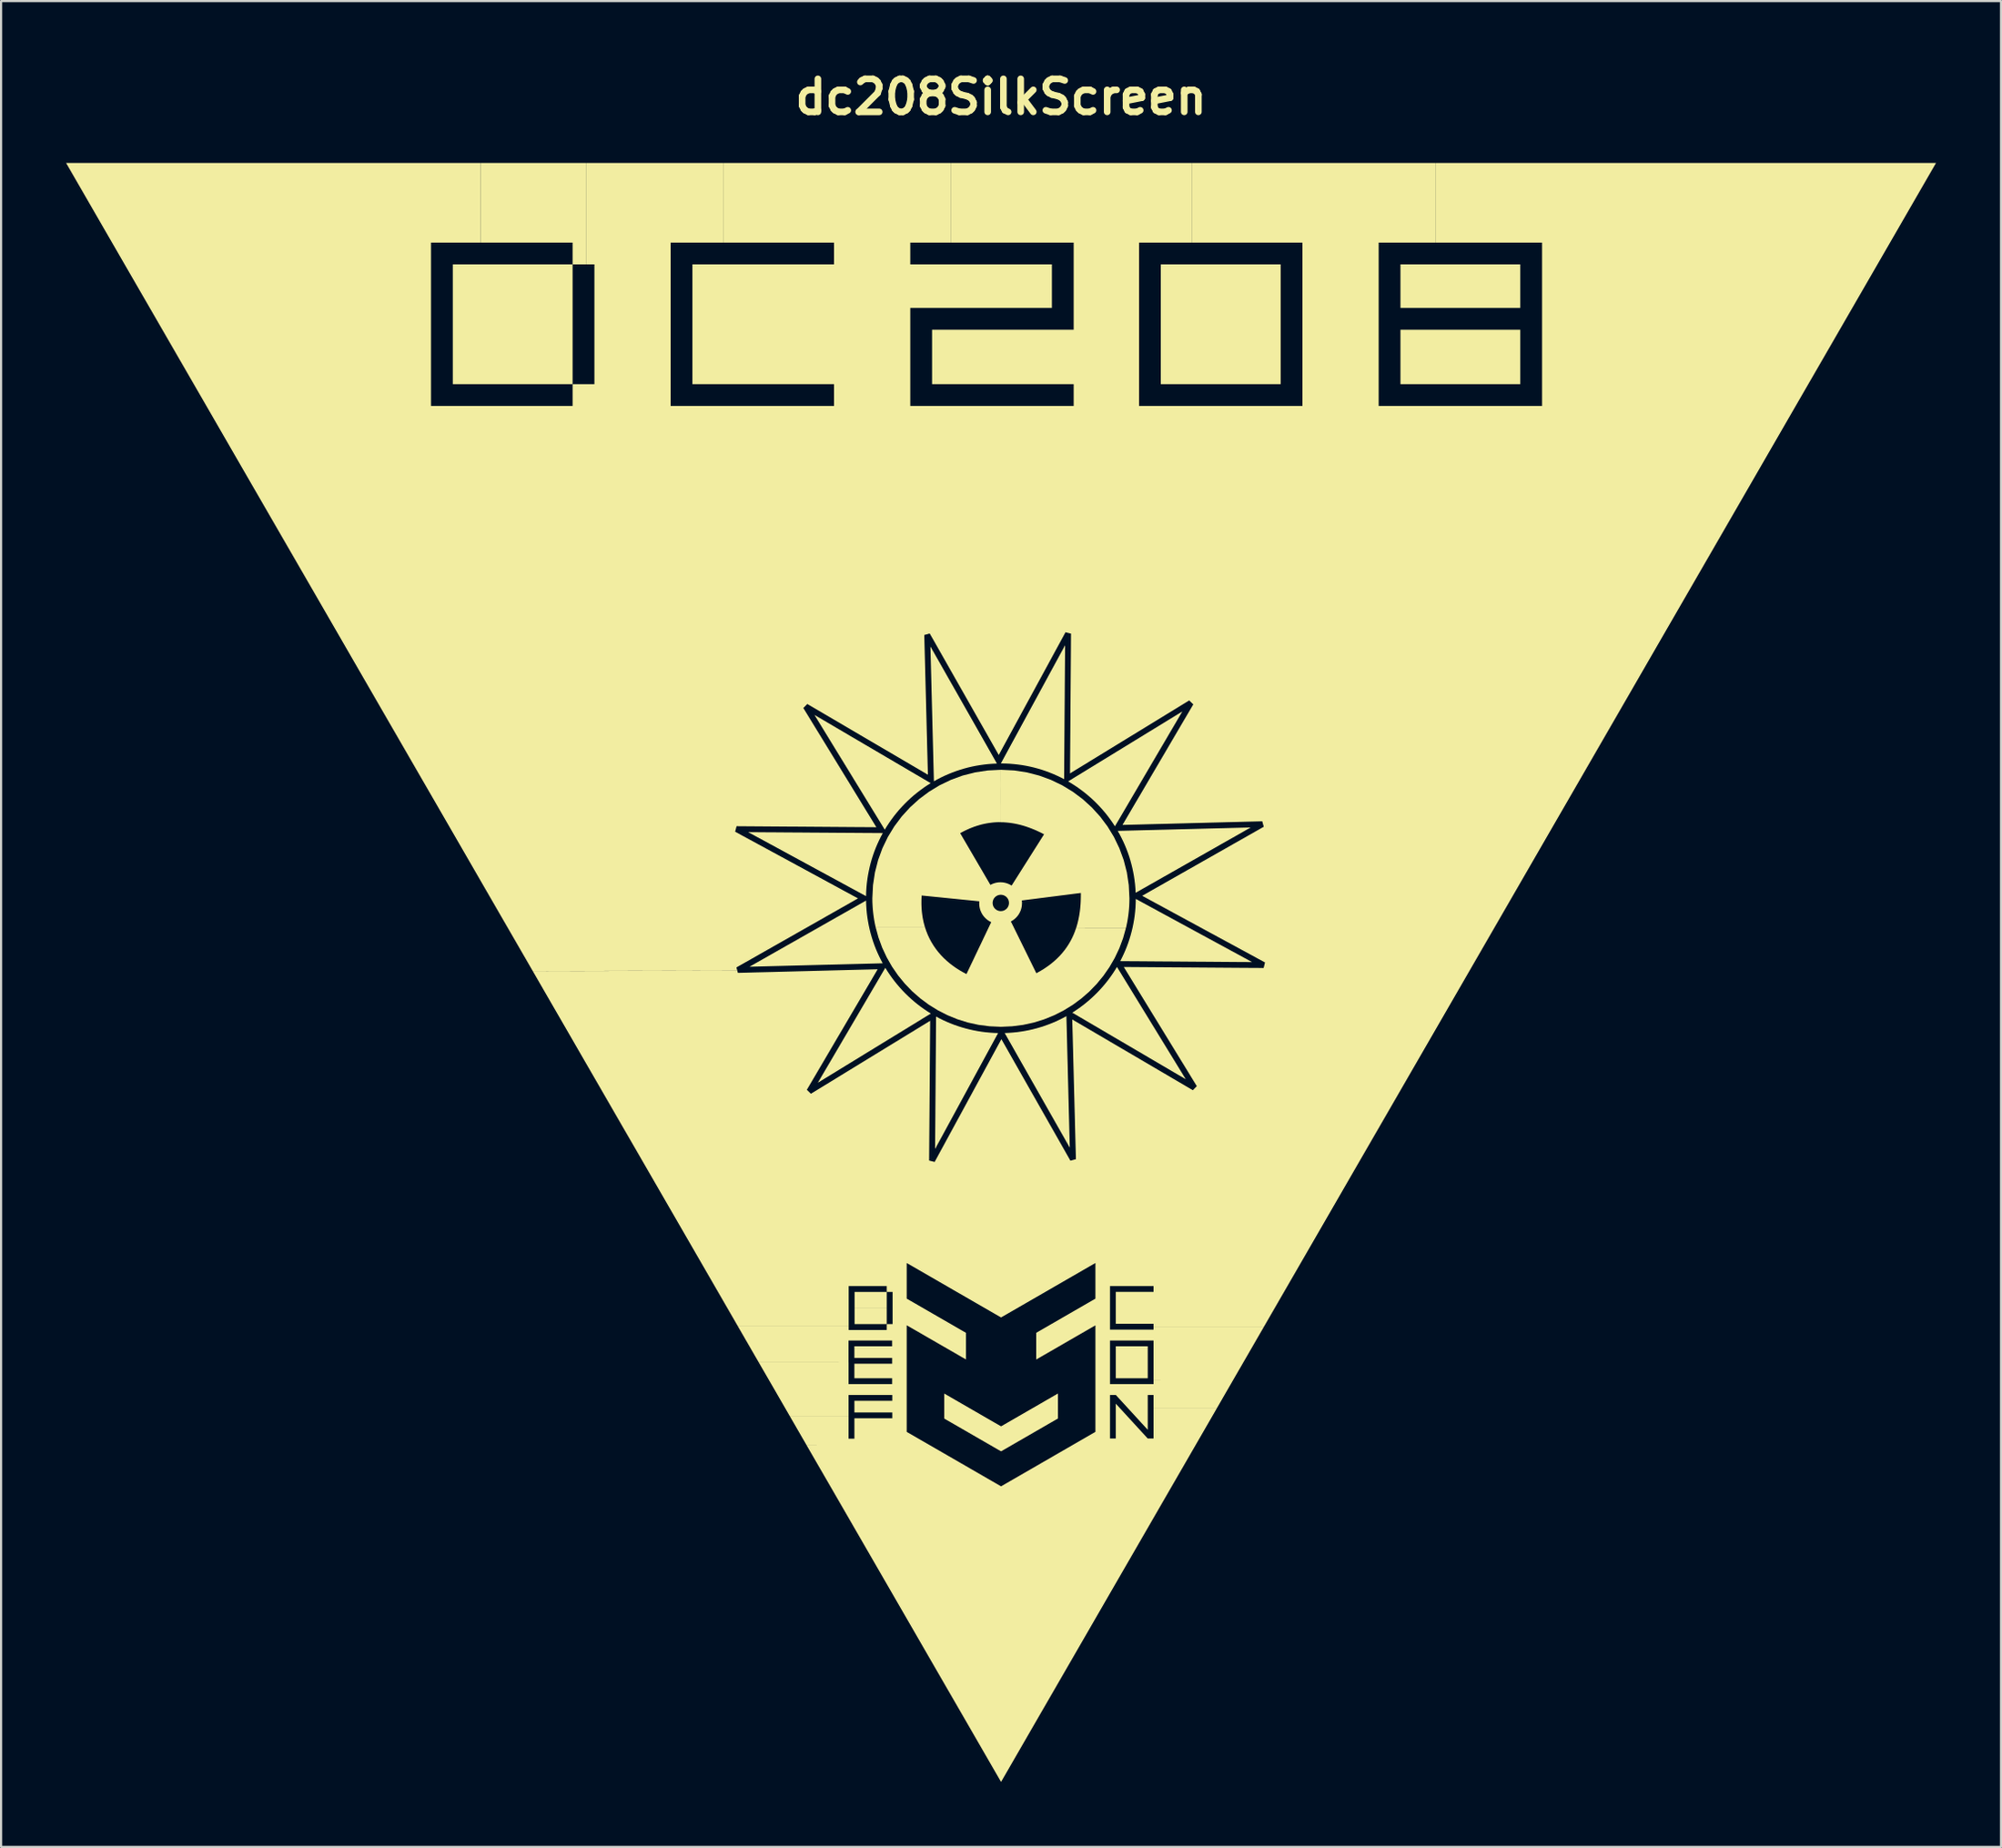
<source format=kicad_pcb>
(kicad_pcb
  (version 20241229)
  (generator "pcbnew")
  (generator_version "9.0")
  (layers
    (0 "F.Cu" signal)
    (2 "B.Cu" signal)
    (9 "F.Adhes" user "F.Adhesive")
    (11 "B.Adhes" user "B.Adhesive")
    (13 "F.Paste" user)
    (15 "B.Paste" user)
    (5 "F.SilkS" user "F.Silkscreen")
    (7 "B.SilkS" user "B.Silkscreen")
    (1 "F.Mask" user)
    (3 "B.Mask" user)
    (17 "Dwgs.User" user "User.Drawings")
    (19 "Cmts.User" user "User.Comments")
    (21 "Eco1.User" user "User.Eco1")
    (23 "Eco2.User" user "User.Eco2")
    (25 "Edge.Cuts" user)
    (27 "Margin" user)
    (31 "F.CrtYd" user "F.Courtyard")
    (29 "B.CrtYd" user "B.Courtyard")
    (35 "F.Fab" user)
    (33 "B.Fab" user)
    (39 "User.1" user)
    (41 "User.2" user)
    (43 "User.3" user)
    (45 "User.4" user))
  (footprint "dc208SilkScreen"
    (layer "F.Cu")
    (at 43.155 41.848)
    (property "Reference" "dc208SilkScreen" (at 0 -40.422 0) (layer "F.SilkS") (effects (font (size 1.524 1.524) (thickness 0.305))))
    (attr smd)
    (fp_poly (pts (xy -11.67 -6.477) (xy -11.33 -6.292) (xy -10.99 -6.108) (xy -10.65 -5.923) (xy -10.31 -5.739) (xy -9.97 -5.554) (xy -9.631 -5.369) (xy -9.291 -5.185) (xy -8.951 -5) (xy -8.611 -4.815) (xy -8.271 -4.631) (xy -7.931 -4.446) (xy -7.591 -4.262) (xy -7.252 -4.077) (xy -6.912 -3.892) (xy -6.572 -3.708) (xy -6.232 -3.523) (xy -6.226 -3.72) (xy -6.214 -3.915) (xy -6.196 -4.109) (xy -6.172 -4.301) (xy -6.142 -4.491) (xy -6.106 -4.679) (xy -6.065 -4.866) (xy -6.019 -5.05) (xy -5.967 -5.231) (xy -5.909 -5.411) (xy -5.847 -5.588) (xy -5.779 -5.763) (xy -5.706 -5.934) (xy -5.628 -6.104) (xy -5.546 -6.27) (xy -5.458 -6.434) (xy -5.846 -6.437) (xy -6.235 -6.439) (xy -6.623 -6.442) (xy -7.011 -6.445) (xy -7.399 -6.447) (xy -7.788 -6.45) (xy -8.176 -6.453) (xy -8.564 -6.455) (xy -8.952 -6.458) (xy -9.34 -6.461) (xy -9.729 -6.463) (xy -10.117 -6.466) (xy -10.505 -6.469) (xy -10.893 -6.471) (xy -11.282 -6.474) (xy -11.67 -6.477)) (stroke (width 0) (type solid)) (fill yes) (layer "F.SilkS"))
    (fp_poly (pts (xy -8.612 -11.889) (xy -8.409 -11.558) (xy -8.206 -11.227) (xy -8.003 -10.896) (xy -7.801 -10.565) (xy -7.598 -10.234) (xy -7.395 -9.903) (xy -7.192 -9.572) (xy -6.989 -9.241) (xy -6.787 -8.909) (xy -6.584 -8.578) (xy -6.381 -8.247) (xy -6.178 -7.916) (xy -5.976 -7.585) (xy -5.773 -7.254) (xy -5.57 -6.923) (xy -5.367 -6.592) (xy -5.267 -6.755) (xy -5.162 -6.914) (xy -5.053 -7.07) (xy -4.939 -7.223) (xy -4.82 -7.372) (xy -4.698 -7.517) (xy -4.57 -7.658) (xy -4.439 -7.795) (xy -4.303 -7.929) (xy -4.164 -8.058) (xy -4.021 -8.183) (xy -3.873 -8.303) (xy -3.722 -8.419) (xy -3.568 -8.531) (xy -3.41 -8.638) (xy -3.248 -8.74) (xy -3.584 -8.937) (xy -3.919 -9.133) (xy -4.254 -9.33) (xy -4.589 -9.527) (xy -4.924 -9.724) (xy -5.26 -9.921) (xy -5.595 -10.118) (xy -5.93 -10.315) (xy -6.265 -10.511) (xy -6.6 -10.708) (xy -6.936 -10.905) (xy -7.271 -11.102) (xy -7.606 -11.299) (xy -7.941 -11.496) (xy -8.276 -11.693) (xy -8.612 -11.889)) (stroke (width 0) (type solid)) (fill yes) (layer "F.SilkS"))
    (fp_poly (pts (xy -6.231 -3.318) (xy -6.568 -3.127) (xy -6.904 -2.936) (xy -7.24 -2.745) (xy -7.576 -2.555) (xy -7.912 -2.364) (xy -8.248 -2.173) (xy -8.584 -1.982) (xy -8.921 -1.791) (xy -9.257 -1.6) (xy -9.593 -1.409) (xy -9.929 -1.219) (xy -10.265 -1.028) (xy -10.601 -0.837) (xy -10.937 -0.646) (xy -11.274 -0.455) (xy -11.61 -0.264) (xy -11.225 -0.274) (xy -10.841 -0.284) (xy -10.457 -0.294) (xy -10.073 -0.304) (xy -9.689 -0.314) (xy -9.305 -0.324) (xy -8.92 -0.334) (xy -8.536 -0.344) (xy -8.152 -0.354) (xy -7.768 -0.363) (xy -7.384 -0.373) (xy -6.999 -0.383) (xy -6.615 -0.393) (xy -6.231 -0.403) (xy -5.847 -0.413) (xy -5.463 -0.423) (xy -5.549 -0.586) (xy -5.631 -0.752) (xy -5.708 -0.92) (xy -5.781 -1.091) (xy -5.848 -1.265) (xy -5.91 -1.441) (xy -5.967 -1.62) (xy -6.019 -1.801) (xy -6.065 -1.984) (xy -6.106 -2.169) (xy -6.141 -2.356) (xy -6.171 -2.545) (xy -6.195 -2.736) (xy -6.213 -2.928) (xy -6.225 -3.123) (xy -6.231 -3.318)) (stroke (width 0) (type solid)) (fill yes) (layer "F.SilkS"))
    (fp_poly (pts (xy -5.342 -0.214) (xy -5.537 0.118) (xy -5.731 0.45) (xy -5.926 0.781) (xy -6.121 1.113) (xy -6.315 1.444) (xy -6.51 1.776) (xy -6.704 2.108) (xy -6.899 2.439) (xy -7.093 2.771) (xy -7.288 3.102) (xy -7.482 3.434) (xy -7.677 3.766) (xy -7.871 4.097) (xy -8.066 4.429) (xy -8.261 4.76) (xy -8.455 5.092) (xy -8.129 4.892) (xy -7.803 4.693) (xy -7.477 4.493) (xy -7.151 4.293) (xy -6.826 4.094) (xy -6.5 3.894) (xy -6.174 3.694) (xy -5.848 3.495) (xy -5.522 3.295) (xy -5.196 3.095) (xy -4.87 2.896) (xy -4.544 2.696) (xy -4.218 2.497) (xy -3.892 2.297) (xy -3.567 2.097) (xy -3.241 1.898) (xy -3.4 1.797) (xy -3.556 1.692) (xy -3.709 1.582) (xy -3.858 1.468) (xy -4.004 1.35) (xy -4.146 1.227) (xy -4.284 1.1) (xy -4.419 0.969) (xy -4.549 0.834) (xy -4.675 0.695) (xy -4.798 0.552) (xy -4.915 0.406) (xy -5.029 0.256) (xy -5.138 0.103) (xy -5.243 -0.054) (xy -5.342 -0.214)) (stroke (width 0) (type solid)) (fill yes) (layer "F.SilkS"))
    (fp_poly (pts (xy -3.259 -15.048) (xy -3.249 -14.659) (xy -3.239 -14.27) (xy -3.229 -13.881) (xy -3.219 -13.492) (xy -3.209 -13.104) (xy -3.199 -12.715) (xy -3.189 -12.326) (xy -3.179 -11.937) (xy -3.169 -11.548) (xy -3.159 -11.159) (xy -3.149 -10.771) (xy -3.139 -10.382) (xy -3.129 -9.993) (xy -3.119 -9.604) (xy -3.109 -9.215) (xy -3.099 -8.826) (xy -2.936 -8.917) (xy -2.77 -9.002) (xy -2.601 -9.083) (xy -2.43 -9.158) (xy -2.255 -9.229) (xy -2.079 -9.294) (xy -1.899 -9.354) (xy -1.718 -9.409) (xy -1.534 -9.459) (xy -1.348 -9.503) (xy -1.16 -9.541) (xy -0.97 -9.573) (xy -0.777 -9.6) (xy -0.584 -9.621) (xy -0.388 -9.636) (xy -0.191 -9.645) (xy -0.382 -9.983) (xy -0.574 -10.32) (xy -0.766 -10.658) (xy -0.958 -10.996) (xy -1.149 -11.333) (xy -1.341 -11.671) (xy -1.533 -12.009) (xy -1.725 -12.346) (xy -1.916 -12.684) (xy -2.108 -13.022) (xy -2.3 -13.359) (xy -2.492 -13.697) (xy -2.683 -14.035) (xy -2.875 -14.373) (xy -3.067 -14.71) (xy -3.259 -15.048)) (stroke (width 0) (type solid)) (fill yes) (layer "F.SilkS"))
    (fp_poly (pts (xy 3.016 2.018) (xy 2.855 2.105) (xy 2.692 2.186) (xy 2.527 2.263) (xy 2.358 2.335) (xy 2.187 2.402) (xy 2.014 2.465) (xy 1.839 2.522) (xy 1.661 2.574) (xy 1.481 2.621) (xy 1.299 2.663) (xy 1.115 2.699) (xy 0.929 2.73) (xy 0.741 2.756) (xy 0.552 2.775) (xy 0.361 2.789) (xy 0.168 2.798) (xy 0.356 3.129) (xy 0.544 3.459) (xy 0.731 3.79) (xy 0.919 4.121) (xy 1.107 4.452) (xy 1.294 4.782) (xy 1.482 5.113) (xy 1.67 5.444) (xy 1.858 5.775) (xy 2.045 6.105) (xy 2.233 6.436) (xy 2.421 6.767) (xy 2.609 7.098) (xy 2.796 7.428) (xy 2.984 7.759) (xy 3.172 8.09) (xy 3.162 7.71) (xy 3.152 7.331) (xy 3.143 6.952) (xy 3.133 6.572) (xy 3.123 6.193) (xy 3.113 5.813) (xy 3.104 5.434) (xy 3.094 5.054) (xy 3.084 4.675) (xy 3.075 4.295) (xy 3.065 3.916) (xy 3.055 3.536) (xy 3.046 3.157) (xy 3.036 2.777) (xy 3.026 2.398) (xy 3.016 2.018)) (stroke (width 0) (type solid)) (fill yes) (layer "F.SilkS"))
    (fp_poly (pts (xy 5.35 -0.253) (xy 5.252 -0.094) (xy 5.15 0.062) (xy 5.043 0.215) (xy 4.932 0.364) (xy 4.816 0.51) (xy 4.697 0.652) (xy 4.573 0.79) (xy 4.445 0.925) (xy 4.313 1.056) (xy 4.178 1.183) (xy 4.038 1.306) (xy 3.895 1.425) (xy 3.749 1.539) (xy 3.599 1.65) (xy 3.445 1.755) (xy 3.289 1.857) (xy 3.616 2.049) (xy 3.943 2.241) (xy 4.271 2.433) (xy 4.598 2.625) (xy 4.925 2.818) (xy 5.253 3.01) (xy 5.58 3.202) (xy 5.907 3.394) (xy 6.235 3.586) (xy 6.562 3.778) (xy 6.889 3.971) (xy 7.217 4.163) (xy 7.544 4.355) (xy 7.871 4.547) (xy 8.199 4.739) (xy 8.526 4.931) (xy 8.328 4.607) (xy 8.129 4.283) (xy 7.931 3.959) (xy 7.732 3.635) (xy 7.534 3.311) (xy 7.335 2.987) (xy 7.137 2.663) (xy 6.938 2.339) (xy 6.74 2.015) (xy 6.541 1.691) (xy 6.343 1.367) (xy 6.144 1.043) (xy 5.946 0.719) (xy 5.747 0.395) (xy 5.549 0.071) (xy 5.35 -0.253)) (stroke (width 0) (type solid)) (fill yes) (layer "F.SilkS"))
    (fp_poly (pts (xy 6.219 -3.394) (xy 6.215 -3.2) (xy 6.206 -3.008) (xy 6.19 -2.818) (xy 6.169 -2.629) (xy 6.142 -2.442) (xy 6.109 -2.256) (xy 6.072 -2.073) (xy 6.028 -1.891) (xy 5.98 -1.712) (xy 5.926 -1.535) (xy 5.868 -1.36) (xy 5.804 -1.187) (xy 5.735 -1.017) (xy 5.662 -0.85) (xy 5.584 -0.685) (xy 5.501 -0.522) (xy 5.881 -0.519) (xy 6.262 -0.517) (xy 6.642 -0.514) (xy 7.022 -0.511) (xy 7.403 -0.508) (xy 7.783 -0.506) (xy 8.163 -0.503) (xy 8.544 -0.5) (xy 8.924 -0.497) (xy 9.304 -0.495) (xy 9.685 -0.492) (xy 10.065 -0.489) (xy 10.446 -0.486) (xy 10.826 -0.483) (xy 11.206 -0.481) (xy 11.587 -0.478) (xy 11.251 -0.661) (xy 10.916 -0.843) (xy 10.58 -1.025) (xy 10.245 -1.208) (xy 9.909 -1.39) (xy 9.574 -1.572) (xy 9.238 -1.754) (xy 8.903 -1.936) (xy 8.568 -2.119) (xy 8.232 -2.301) (xy 7.897 -2.483) (xy 7.561 -2.665) (xy 7.226 -2.847) (xy 6.89 -3.03) (xy 6.555 -3.212) (xy 6.219 -3.394)) (stroke (width 0) (type solid)) (fill yes) (layer "F.SilkS"))
    (fp_poly (pts (xy 8.367 -12.05) (xy 8.038 -11.848) (xy 7.708 -11.646) (xy 7.379 -11.444) (xy 7.049 -11.242) (xy 6.72 -11.041) (xy 6.391 -10.839) (xy 6.061 -10.637) (xy 5.732 -10.435) (xy 5.402 -10.233) (xy 5.073 -10.031) (xy 4.743 -9.829) (xy 4.414 -9.628) (xy 4.084 -9.426) (xy 3.755 -9.224) (xy 3.425 -9.022) (xy 3.096 -8.82) (xy 3.259 -8.723) (xy 3.418 -8.621) (xy 3.575 -8.514) (xy 3.727 -8.403) (xy 3.877 -8.287) (xy 4.022 -8.167) (xy 4.164 -8.043) (xy 4.302 -7.915) (xy 4.436 -7.782) (xy 4.566 -7.645) (xy 4.692 -7.505) (xy 4.814 -7.361) (xy 4.931 -7.213) (xy 5.044 -7.061) (xy 5.153 -6.906) (xy 5.256 -6.748) (xy 5.451 -7.079) (xy 5.645 -7.41) (xy 5.84 -7.742) (xy 6.034 -8.073) (xy 6.229 -8.405) (xy 6.423 -8.736) (xy 6.617 -9.067) (xy 6.812 -9.399) (xy 7.006 -9.73) (xy 7.201 -10.062) (xy 7.395 -10.393) (xy 7.59 -10.724) (xy 7.784 -11.056) (xy 7.979 -11.387) (xy 8.173 -11.718) (xy 8.367 -12.05)) (stroke (width 0) (type solid)) (fill yes) (layer "F.SilkS"))
    (fp_poly (pts (xy 11.522 -6.694) (xy 11.138 -6.684) (xy 10.754 -6.674) (xy 10.371 -6.664) (xy 9.987 -6.654) (xy 9.604 -6.644) (xy 9.22 -6.634) (xy 8.837 -6.624) (xy 8.453 -6.614) (xy 8.07 -6.604) (xy 7.686 -6.594) (xy 7.303 -6.585) (xy 6.919 -6.575) (xy 6.535 -6.565) (xy 6.152 -6.555) (xy 5.768 -6.545) (xy 5.385 -6.535) (xy 5.474 -6.375) (xy 5.559 -6.212) (xy 5.64 -6.046) (xy 5.715 -5.878) (xy 5.786 -5.706) (xy 5.851 -5.533) (xy 5.912 -5.357) (xy 5.967 -5.179) (xy 6.017 -4.998) (xy 6.062 -4.816) (xy 6.101 -4.631) (xy 6.135 -4.444) (xy 6.163 -4.255) (xy 6.186 -4.065) (xy 6.202 -3.873) (xy 6.213 -3.679) (xy 6.545 -3.867) (xy 6.877 -4.056) (xy 7.209 -4.244) (xy 7.54 -4.433) (xy 7.872 -4.621) (xy 8.204 -4.809) (xy 8.536 -4.998) (xy 8.867 -5.186) (xy 9.199 -5.374) (xy 9.531 -5.563) (xy 9.863 -5.751) (xy 10.194 -5.94) (xy 10.526 -6.128) (xy 10.858 -6.316) (xy 11.19 -6.505) (xy 11.522 -6.694)) (stroke (width 0) (type solid)) (fill yes) (layer "F.SilkS"))
    (fp_poly (pts (xy -2.999 2.036) (xy -3.002 2.418) (xy -3.005 2.8) (xy -3.007 3.182) (xy -3.01 3.564) (xy -3.013 3.946) (xy -3.016 4.328) (xy -3.019 4.71) (xy -3.021 5.092) (xy -3.024 5.474) (xy -3.027 5.856) (xy -3.03 6.238) (xy -3.032 6.62) (xy -3.035 7.002) (xy -3.038 7.384) (xy -3.041 7.766) (xy -3.044 8.148) (xy -2.862 7.814) (xy -2.68 7.48) (xy -2.498 7.145) (xy -2.317 6.811) (xy -2.135 6.477) (xy -1.953 6.142) (xy -1.772 5.808) (xy -1.59 5.474) (xy -1.408 5.139) (xy -1.227 4.805) (xy -1.045 4.471) (xy -0.863 4.136) (xy -0.682 3.802) (xy -0.5 3.468) (xy -0.318 3.133) (xy -0.136 2.799) (xy -0.33 2.792) (xy -0.522 2.779) (xy -0.712 2.761) (xy -0.901 2.737) (xy -1.088 2.707) (xy -1.273 2.672) (xy -1.456 2.631) (xy -1.637 2.585) (xy -1.816 2.534) (xy -1.992 2.478) (xy -2.167 2.417) (xy -2.338 2.35) (xy -2.508 2.279) (xy -2.675 2.203) (xy -2.839 2.122) (xy -3 2.036) (xy -3 2.036) (xy -3 2.036) (xy -3 2.036) (xy -3 2.036) (xy -3 2.036) (xy -2.999 2.036)) (stroke (width 0) (type solid)) (fill yes) (layer "F.SilkS"))
    (fp_poly (pts (xy -19.775 -27.161) (xy -19.775 -27.507) (xy -19.775 -27.853) (xy -19.775 -28.198) (xy -19.775 -28.544) (xy -19.775 -28.889) (xy -19.775 -29.235) (xy -19.775 -29.58) (xy -19.775 -29.926) (xy -19.775 -30.272) (xy -19.775 -30.617) (xy -19.775 -30.963) (xy -19.775 -31.308) (xy -19.775 -31.654) (xy -19.775 -31.999) (xy -19.775 -32.345) (xy -19.775 -32.691) (xy -20.121 -32.691) (xy -20.467 -32.691) (xy -20.812 -32.691) (xy -21.158 -32.691) (xy -21.503 -32.691) (xy -21.849 -32.691) (xy -22.194 -32.691) (xy -22.54 -32.691) (xy -22.886 -32.691) (xy -23.231 -32.691) (xy -23.577 -32.691) (xy -23.922 -32.691) (xy -24.268 -32.691) (xy -24.613 -32.691) (xy -24.959 -32.691) (xy -25.305 -32.691) (xy -25.305 -32.345) (xy -25.305 -31.999) (xy -25.305 -31.654) (xy -25.305 -31.308) (xy -25.305 -30.963) (xy -25.305 -30.617) (xy -25.305 -30.272) (xy -25.305 -29.926) (xy -25.305 -29.58) (xy -25.305 -29.235) (xy -25.305 -28.889) (xy -25.305 -28.544) (xy -25.305 -28.198) (xy -25.305 -27.853) (xy -25.305 -27.507) (xy -25.305 -27.161) (xy -24.959 -27.161) (xy -24.613 -27.161) (xy -24.268 -27.161) (xy -23.922 -27.161) (xy -23.577 -27.161) (xy -23.231 -27.161) (xy -22.886 -27.161) (xy -22.54 -27.161) (xy -22.194 -27.161) (xy -21.849 -27.161) (xy -21.503 -27.161) (xy -21.158 -27.161) (xy -20.812 -27.161) (xy -20.467 -27.161) (xy -20.121 -27.161) (xy -19.775 -27.161)) (stroke (width 0) (type solid)) (fill yes) (layer "F.SilkS"))
    (fp_poly (pts (xy -5.276 14.751) (xy -5.369 14.751) (xy -5.461 14.751) (xy -5.554 14.751) (xy -5.647 14.751) (xy -5.74 14.751) (xy -5.833 14.751) (xy -5.926 14.751) (xy -6.018 14.751) (xy -6.111 14.751) (xy -6.204 14.751) (xy -6.297 14.751) (xy -6.39 14.751) (xy -6.483 14.751) (xy -6.575 14.751) (xy -6.668 14.751) (xy -6.761 14.751) (xy -6.761 14.799) (xy -6.761 14.846) (xy -6.761 14.893) (xy -6.761 14.941) (xy -6.761 14.988) (xy -6.761 15.035) (xy -6.761 15.083) (xy -6.761 15.13) (xy -6.761 15.177) (xy -6.761 15.225) (xy -6.761 15.272) (xy -6.761 15.319) (xy -6.761 15.367) (xy -6.761 15.414) (xy -6.761 15.461) (xy -6.761 15.509) (xy -6.668 15.509) (xy -6.575 15.509) (xy -6.483 15.509) (xy -6.39 15.509) (xy -6.297 15.509) (xy -6.204 15.509) (xy -6.111 15.509) (xy -6.018 15.509) (xy -5.926 15.508) (xy -5.833 15.508) (xy -5.74 15.508) (xy -5.647 15.508) (xy -5.554 15.508) (xy -5.461 15.508) (xy -5.369 15.508) (xy -5.276 15.508) (xy -5.276 15.461) (xy -5.276 15.414) (xy -5.276 15.366) (xy -5.276 15.319) (xy -5.276 15.272) (xy -5.276 15.224) (xy -5.276 15.177) (xy -5.276 15.13) (xy -5.276 15.083) (xy -5.276 15.035) (xy -5.276 14.988) (xy -5.276 14.941) (xy -5.276 14.893) (xy -5.276 14.846) (xy -5.276 14.799) (xy -5.276 14.751)) (stroke (width 0) (type solid)) (fill yes) (layer "F.SilkS"))
    (fp_poly (pts (xy -5.276 16.237) (xy -5.276 16.191) (xy -5.276 16.146) (xy -5.276 16.101) (xy -5.276 16.055) (xy -5.276 16.01) (xy -5.276 15.964) (xy -5.276 15.919) (xy -5.276 15.873) (xy -5.276 15.828) (xy -5.276 15.782) (xy -5.276 15.737) (xy -5.276 15.692) (xy -5.276 15.646) (xy -5.276 15.601) (xy -5.276 15.555) (xy -5.276 15.51) (xy -5.369 15.51) (xy -5.461 15.51) (xy -5.554 15.51) (xy -5.647 15.51) (xy -5.74 15.51) (xy -5.833 15.51) (xy -5.926 15.51) (xy -6.018 15.51) (xy -6.111 15.51) (xy -6.204 15.511) (xy -6.297 15.511) (xy -6.39 15.511) (xy -6.483 15.511) (xy -6.575 15.511) (xy -6.668 15.511) (xy -6.761 15.511) (xy -6.761 15.556) (xy -6.761 15.602) (xy -6.761 15.647) (xy -6.761 15.692) (xy -6.761 15.738) (xy -6.761 15.783) (xy -6.761 15.829) (xy -6.761 15.874) (xy -6.761 15.919) (xy -6.761 15.965) (xy -6.761 16.01) (xy -6.761 16.055) (xy -6.761 16.101) (xy -6.761 16.146) (xy -6.761 16.192) (xy -6.761 16.237) (xy -6.668 16.237) (xy -6.575 16.237) (xy -6.483 16.237) (xy -6.39 16.237) (xy -6.297 16.237) (xy -6.204 16.237) (xy -6.111 16.237) (xy -6.018 16.237) (xy -5.926 16.237) (xy -5.833 16.237) (xy -5.74 16.237) (xy -5.647 16.237) (xy -5.554 16.237) (xy -5.461 16.237) (xy -5.369 16.237) (xy -5.276 16.237)) (stroke (width 0) (type solid)) (fill yes) (layer "F.SilkS"))
    (fp_poly (pts (xy 2.955 -15.106) (xy 2.77 -14.765) (xy 2.585 -14.424) (xy 2.399 -14.083) (xy 2.214 -13.742) (xy 2.029 -13.401) (xy 1.844 -13.06) (xy 1.659 -12.719) (xy 1.473 -12.378) (xy 1.288 -12.037) (xy 1.103 -11.696) (xy 0.918 -11.355) (xy 0.733 -11.014) (xy 0.547 -10.673) (xy 0.362 -10.332) (xy 0.177 -9.991) (xy -0.008 -9.65) (xy -0.008 -9.65) (xy -0.008 -9.65) (xy -0.008 -9.65) (xy -0.008 -9.65) (xy -0.008 -9.65) (xy -0.008 -9.65) (xy -0.008 -9.65) (xy -0.008 -9.65) (xy -0.008 -9.65) (xy -0.008 -9.65) (xy -0.008 -9.65) (xy -0.007 -9.65) (xy -0.007 -9.65) (xy -0.007 -9.65) (xy -0.007 -9.65) (xy -0.007 -9.65) (xy 0.19 -9.647) (xy 0.385 -9.638) (xy 0.579 -9.622) (xy 0.771 -9.601) (xy 0.961 -9.575) (xy 1.15 -9.542) (xy 1.336 -9.504) (xy 1.521 -9.46) (xy 1.703 -9.411) (xy 1.883 -9.357) (xy 2.061 -9.297) (xy 2.236 -9.232) (xy 2.409 -9.162) (xy 2.579 -9.087) (xy 2.746 -9.008) (xy 2.911 -8.923) (xy 2.914 -9.31) (xy 2.916 -9.696) (xy 2.919 -10.082) (xy 2.922 -10.469) (xy 2.925 -10.855) (xy 2.928 -11.242) (xy 2.93 -11.628) (xy 2.933 -12.014) (xy 2.936 -12.401) (xy 2.939 -12.787) (xy 2.941 -13.174) (xy 2.944 -13.56) (xy 2.947 -13.947) (xy 2.95 -14.333) (xy 2.953 -14.719) (xy 2.955 -15.106)) (stroke (width 0) (type solid)) (fill yes) (layer "F.SilkS"))
    (fp_poly (pts (xy 5.296 17.262) (xy 5.296 17.354) (xy 5.296 17.446) (xy 5.296 17.538) (xy 5.296 17.63) (xy 5.296 17.723) (xy 5.296 17.815) (xy 5.296 17.907) (xy 5.296 17.999) (xy 5.296 18.091) (xy 5.296 18.184) (xy 5.296 18.276) (xy 5.296 18.368) (xy 5.296 18.46) (xy 5.296 18.552) (xy 5.296 18.644) (xy 5.296 18.737) (xy 5.388 18.737) (xy 5.48 18.737) (xy 5.573 18.737) (xy 5.665 18.737) (xy 5.757 18.737) (xy 5.849 18.737) (xy 5.941 18.737) (xy 6.034 18.737) (xy 6.126 18.737) (xy 6.218 18.737) (xy 6.31 18.737) (xy 6.402 18.737) (xy 6.495 18.737) (xy 6.587 18.737) (xy 6.679 18.737) (xy 6.771 18.737) (xy 6.771 18.644) (xy 6.771 18.552) (xy 6.771 18.46) (xy 6.771 18.368) (xy 6.771 18.276) (xy 6.771 18.184) (xy 6.771 18.091) (xy 6.771 17.999) (xy 6.771 17.907) (xy 6.771 17.815) (xy 6.771 17.723) (xy 6.771 17.63) (xy 6.771 17.538) (xy 6.771 17.446) (xy 6.771 17.354) (xy 6.771 17.262) (xy 6.679 17.262) (xy 6.587 17.262) (xy 6.495 17.262) (xy 6.402 17.262) (xy 6.31 17.262) (xy 6.218 17.262) (xy 6.126 17.262) (xy 6.034 17.262) (xy 5.941 17.262) (xy 5.849 17.262) (xy 5.757 17.262) (xy 5.665 17.262) (xy 5.573 17.262) (xy 5.48 17.262) (xy 5.388 17.262) (xy 5.296 17.262)) (stroke (width 0) (type solid)) (fill yes) (layer "F.SilkS"))
    (fp_poly (pts (xy 7.374 -32.691) (xy 7.374 -32.346) (xy 7.374 -32) (xy 7.374 -31.654) (xy 7.374 -31.309) (xy 7.374 -30.963) (xy 7.374 -30.617) (xy 7.374 -30.272) (xy 7.374 -29.926) (xy 7.374 -29.58) (xy 7.374 -29.235) (xy 7.374 -28.889) (xy 7.374 -28.543) (xy 7.374 -28.198) (xy 7.374 -27.852) (xy 7.374 -27.506) (xy 7.374 -27.161) (xy 7.72 -27.161) (xy 8.066 -27.161) (xy 8.411 -27.161) (xy 8.757 -27.161) (xy 9.103 -27.161) (xy 9.448 -27.161) (xy 9.794 -27.161) (xy 10.14 -27.161) (xy 10.485 -27.161) (xy 10.831 -27.161) (xy 11.177 -27.161) (xy 11.522 -27.161) (xy 11.868 -27.161) (xy 12.214 -27.161) (xy 12.559 -27.161) (xy 12.905 -27.161) (xy 12.905 -27.506) (xy 12.905 -27.852) (xy 12.905 -28.198) (xy 12.905 -28.543) (xy 12.905 -28.889) (xy 12.905 -29.235) (xy 12.905 -29.58) (xy 12.905 -29.926) (xy 12.905 -30.272) (xy 12.905 -30.617) (xy 12.905 -30.963) (xy 12.905 -31.309) (xy 12.905 -31.654) (xy 12.905 -32) (xy 12.905 -32.346) (xy 12.905 -32.691) (xy 12.559 -32.691) (xy 12.214 -32.691) (xy 11.868 -32.691) (xy 11.522 -32.691) (xy 11.177 -32.691) (xy 10.831 -32.691) (xy 10.485 -32.691) (xy 10.14 -32.691) (xy 9.794 -32.691) (xy 9.448 -32.691) (xy 9.103 -32.691) (xy 8.757 -32.691) (xy 8.411 -32.691) (xy 8.066 -32.691) (xy 7.72 -32.691) (xy 7.374 -32.691)) (stroke (width 0) (type solid)) (fill yes) (layer "F.SilkS"))
    (fp_poly (pts (xy 18.435 -32.691) (xy 18.435 -32.566) (xy 18.435 -32.44) (xy 18.435 -32.314) (xy 18.435 -32.188) (xy 18.435 -32.063) (xy 18.435 -31.937) (xy 18.435 -31.811) (xy 18.435 -31.686) (xy 18.435 -31.56) (xy 18.435 -31.434) (xy 18.435 -31.309) (xy 18.435 -31.183) (xy 18.435 -31.057) (xy 18.435 -30.932) (xy 18.435 -30.806) (xy 18.435 -30.68) (xy 18.781 -30.68) (xy 19.127 -30.68) (xy 19.472 -30.68) (xy 19.818 -30.68) (xy 20.164 -30.68) (xy 20.509 -30.68) (xy 20.855 -30.68) (xy 21.201 -30.68) (xy 21.546 -30.68) (xy 21.892 -30.68) (xy 22.238 -30.68) (xy 22.583 -30.68) (xy 22.929 -30.68) (xy 23.274 -30.68) (xy 23.62 -30.68) (xy 23.966 -30.68) (xy 23.966 -30.806) (xy 23.966 -30.932) (xy 23.966 -31.057) (xy 23.966 -31.183) (xy 23.966 -31.309) (xy 23.966 -31.434) (xy 23.966 -31.56) (xy 23.966 -31.686) (xy 23.966 -31.811) (xy 23.966 -31.937) (xy 23.966 -32.063) (xy 23.966 -32.188) (xy 23.966 -32.314) (xy 23.966 -32.44) (xy 23.966 -32.566) (xy 23.966 -32.691) (xy 23.62 -32.691) (xy 23.274 -32.691) (xy 22.929 -32.691) (xy 22.583 -32.691) (xy 22.238 -32.691) (xy 21.892 -32.691) (xy 21.546 -32.691) (xy 21.201 -32.691) (xy 20.855 -32.691) (xy 20.509 -32.691) (xy 20.164 -32.691) (xy 19.818 -32.691) (xy 19.472 -32.691) (xy 19.127 -32.691) (xy 18.781 -32.691) (xy 18.435 -32.691)) (stroke (width 0) (type solid)) (fill yes) (layer "F.SilkS"))
    (fp_poly (pts (xy 18.435 -29.674) (xy 18.435 -29.517) (xy 18.435 -29.36) (xy 18.435 -29.203) (xy 18.435 -29.046) (xy 18.435 -28.889) (xy 18.435 -28.732) (xy 18.435 -28.575) (xy 18.435 -28.418) (xy 18.435 -28.261) (xy 18.435 -28.103) (xy 18.435 -27.946) (xy 18.435 -27.789) (xy 18.435 -27.632) (xy 18.435 -27.475) (xy 18.435 -27.318) (xy 18.435 -27.161) (xy 18.781 -27.161) (xy 19.127 -27.161) (xy 19.472 -27.161) (xy 19.818 -27.161) (xy 20.164 -27.161) (xy 20.509 -27.161) (xy 20.855 -27.161) (xy 21.201 -27.161) (xy 21.546 -27.161) (xy 21.892 -27.161) (xy 22.238 -27.161) (xy 22.583 -27.161) (xy 22.929 -27.161) (xy 23.274 -27.161) (xy 23.62 -27.161) (xy 23.966 -27.161) (xy 23.966 -27.318) (xy 23.966 -27.475) (xy 23.966 -27.632) (xy 23.966 -27.789) (xy 23.966 -27.946) (xy 23.966 -28.103) (xy 23.966 -28.261) (xy 23.966 -28.418) (xy 23.966 -28.575) (xy 23.966 -28.732) (xy 23.966 -28.889) (xy 23.966 -29.046) (xy 23.966 -29.203) (xy 23.966 -29.36) (xy 23.966 -29.517) (xy 23.966 -29.674) (xy 23.62 -29.674) (xy 23.274 -29.674) (xy 22.929 -29.674) (xy 22.583 -29.674) (xy 22.238 -29.674) (xy 21.892 -29.674) (xy 21.546 -29.674) (xy 21.201 -29.674) (xy 20.855 -29.674) (xy 20.509 -29.674) (xy 20.164 -29.674) (xy 19.818 -29.674) (xy 19.472 -29.674) (xy 19.127 -29.674) (xy 18.781 -29.674) (xy 18.435 -29.674)) (stroke (width 0) (type solid)) (fill yes) (layer "F.SilkS"))
    (fp_poly (pts (xy -19.775 -32.691) (xy -19.735 -32.691) (xy -19.695 -32.691) (xy -19.655 -32.691) (xy -19.614 -32.691) (xy -19.574 -32.691) (xy -19.534 -32.691) (xy -19.493 -32.691) (xy -19.453 -32.691) (xy -19.413 -32.691) (xy -19.373 -32.691) (xy -19.332 -32.691) (xy -19.292 -32.691) (xy -19.252 -32.691) (xy -19.212 -32.691) (xy -19.171 -32.691) (xy -19.131 -32.691) (xy -19.131 -32.983) (xy -19.131 -33.276) (xy -19.131 -33.569) (xy -19.131 -33.861) (xy -19.131 -34.154) (xy -19.131 -34.447) (xy -19.131 -34.739) (xy -19.131 -35.032) (xy -19.131 -35.325) (xy -19.131 -35.618) (xy -19.131 -35.91) (xy -19.131 -36.203) (xy -19.131 -36.496) (xy -19.131 -36.788) (xy -19.131 -37.081) (xy -19.131 -37.374) (xy -19.437 -37.374) (xy -19.744 -37.374) (xy -20.05 -37.374) (xy -20.357 -37.374) (xy -20.663 -37.374) (xy -20.969 -37.374) (xy -21.276 -37.374) (xy -21.582 -37.374) (xy -21.888 -37.374) (xy -22.195 -37.374) (xy -22.501 -37.374) (xy -22.807 -37.374) (xy -23.114 -37.374) (xy -23.42 -37.374) (xy -23.727 -37.374) (xy -24.033 -37.374) (xy -24.033 -37.144) (xy -24.033 -36.914) (xy -24.033 -36.684) (xy -24.033 -36.454) (xy -24.033 -36.225) (xy -24.033 -35.995) (xy -24.033 -35.765) (xy -24.033 -35.535) (xy -24.033 -35.305) (xy -24.033 -35.076) (xy -24.033 -34.846) (xy -24.033 -34.616) (xy -24.033 -34.386) (xy -24.033 -34.156) (xy -24.033 -33.926) (xy -24.033 -33.697) (xy -23.767 -33.697) (xy -23.501 -33.697) (xy -23.235 -33.697) (xy -22.969 -33.697) (xy -22.702 -33.697) (xy -22.436 -33.697) (xy -22.17 -33.697) (xy -21.904 -33.697) (xy -21.638 -33.697) (xy -21.372 -33.697) (xy -21.106 -33.697) (xy -20.84 -33.697) (xy -20.574 -33.697) (xy -20.308 -33.697) (xy -20.041 -33.697) (xy -19.775 -33.697) (xy -19.775 -33.634) (xy -19.775 -33.571) (xy -19.775 -33.508) (xy -19.775 -33.445) (xy -19.775 -33.382) (xy -19.775 -33.319) (xy -19.775 -33.256) (xy -19.775 -33.194) (xy -19.775 -33.131) (xy -19.775 -33.068) (xy -19.775 -33.005) (xy -19.775 -32.942) (xy -19.775 -32.879) (xy -19.775 -32.816) (xy -19.775 -32.754) (xy -19.775 -32.691)) (stroke (width 0) (type solid)) (fill yes) (layer "F.SilkS"))
    (fp_poly (pts (xy 2.627 19.441) (xy 2.462 19.536) (xy 2.298 19.631) (xy 2.134 19.725) (xy 1.97 19.82) (xy 1.806 19.915) (xy 1.642 20.01) (xy 1.478 20.104) (xy 1.314 20.199) (xy 1.149 20.294) (xy 0.985 20.389) (xy 0.821 20.483) (xy 0.657 20.578) (xy 0.493 20.673) (xy 0.329 20.767) (xy 0.165 20.862) (xy 0.001 20.957) (xy -0.163 20.862) (xy -0.327 20.768) (xy -0.491 20.673) (xy -0.655 20.579) (xy -0.819 20.484) (xy -0.982 20.39) (xy -1.146 20.295) (xy -1.31 20.2) (xy -1.474 20.106) (xy -1.638 20.011) (xy -1.801 19.917) (xy -1.965 19.822) (xy -2.129 19.728) (xy -2.293 19.633) (xy -2.457 19.538) (xy -2.62 19.444) (xy -2.62 19.516) (xy -2.62 19.588) (xy -2.62 19.66) (xy -2.62 19.732) (xy -2.62 19.805) (xy -2.62 19.877) (xy -2.62 19.949) (xy -2.62 20.021) (xy -2.62 20.093) (xy -2.62 20.165) (xy -2.62 20.237) (xy -2.62 20.31) (xy -2.62 20.382) (xy -2.62 20.454) (xy -2.62 20.526) (xy -2.62 20.598) (xy -2.457 20.693) (xy -2.293 20.787) (xy -2.129 20.882) (xy -1.965 20.976) (xy -1.801 21.071) (xy -1.638 21.165) (xy -1.474 21.26) (xy -1.31 21.355) (xy -1.146 21.449) (xy -0.982 21.544) (xy -0.819 21.638) (xy -0.655 21.733) (xy -0.491 21.827) (xy -0.327 21.922) (xy -0.163 22.017) (xy 0.001 22.111) (xy 0.165 22.016) (xy 0.329 21.922) (xy 0.493 21.827) (xy 0.657 21.732) (xy 0.821 21.637) (xy 0.985 21.543) (xy 1.149 21.448) (xy 1.314 21.353) (xy 1.478 21.258) (xy 1.642 21.163) (xy 1.806 21.069) (xy 1.97 20.974) (xy 2.134 20.879) (xy 2.298 20.784) (xy 2.462 20.69) (xy 2.627 20.595) (xy 2.627 20.523) (xy 2.627 20.451) (xy 2.627 20.378) (xy 2.627 20.306) (xy 2.627 20.234) (xy 2.627 20.162) (xy 2.627 20.09) (xy 2.627 20.018) (xy 2.627 19.946) (xy 2.627 19.874) (xy 2.627 19.802) (xy 2.627 19.73) (xy 2.627 19.657) (xy 2.627 19.585) (xy 2.627 19.513) (xy 2.627 19.441)) (stroke (width 0) (type solid)) (fill yes) (layer "F.SilkS"))
    (fp_poly (pts (xy -0.007 -9.356) (xy -0.614 -9.325) (xy -1.203 -9.236) (xy -1.772 -9.09) (xy -2.317 -8.89) (xy -2.836 -8.641) (xy -3.325 -8.344) (xy -3.782 -8.002) (xy -4.203 -7.62) (xy -4.586 -7.199) (xy -4.928 -6.742) (xy -5.225 -6.253) (xy -5.475 -5.735) (xy -5.674 -5.19) (xy -5.82 -4.621) (xy -5.91 -4.032) (xy -5.941 -3.425) (xy -5.94 -3.34) (xy -5.939 -3.255) (xy -5.935 -3.171) (xy -5.931 -3.087) (xy -5.926 -3.003) (xy -5.919 -2.92) (xy -5.911 -2.837) (xy -5.902 -2.754) (xy -5.892 -2.672) (xy -5.881 -2.59) (xy -5.869 -2.508) (xy -5.856 -2.427) (xy -5.841 -2.346) (xy -5.826 -2.265) (xy -5.809 -2.185) (xy -5.792 -2.105) (xy -5.649 -2.105) (xy -5.507 -2.105) (xy -5.365 -2.105) (xy -5.223 -2.105) (xy -5.081 -2.106) (xy -4.939 -2.106) (xy -4.797 -2.106) (xy -4.654 -2.106) (xy -4.512 -2.106) (xy -4.37 -2.106) (xy -4.228 -2.106) (xy -4.086 -2.106) (xy -3.944 -2.106) (xy -3.802 -2.106) (xy -3.659 -2.106) (xy -3.517 -2.106) (xy -3.54 -2.186) (xy -3.562 -2.268) (xy -3.582 -2.351) (xy -3.599 -2.436) (xy -3.616 -2.522) (xy -3.63 -2.609) (xy -3.642 -2.697) (xy -3.653 -2.786) (xy -3.661 -2.877) (xy -3.668 -2.97) (xy -3.672 -3.063) (xy -3.675 -3.158) (xy -3.675 -3.255) (xy -3.674 -3.353) (xy -3.67 -3.452) (xy -3.664 -3.552) (xy -3.498 -3.536) (xy -3.331 -3.519) (xy -3.165 -3.502) (xy -2.998 -3.485) (xy -2.832 -3.469) (xy -2.666 -3.452) (xy -2.499 -3.435) (xy -2.333 -3.418) (xy -2.166 -3.402) (xy -2 -3.385) (xy -1.834 -3.368) (xy -1.667 -3.351) (xy -1.501 -3.335) (xy -1.334 -3.318) (xy -1.168 -3.301) (xy -1.002 -3.284) (xy -1.002 -3.284) (xy -1.002 -3.283) (xy -1.002 -3.282) (xy -1.002 -3.281) (xy -1.002 -3.28) (xy -1.002 -3.28) (xy -1.002 -3.279) (xy -1.002 -3.278) (xy -1.003 -3.277) (xy -1.003 -3.276) (xy -1.003 -3.276) (xy -1.003 -3.275) (xy -1.003 -3.274) (xy -1.003 -3.273) (xy -1.003 -3.272) (xy -1.003 -3.272) (xy -1.007 -3.197) (xy -1.005 -3.123) (xy -0.998 -3.049) (xy -0.985 -2.978) (xy -0.966 -2.907) (xy -0.942 -2.839) (xy -0.913 -2.773) (xy -0.88 -2.709) (xy -0.841 -2.648) (xy -0.798 -2.59) (xy -0.751 -2.536) (xy -0.699 -2.485) (xy -0.644 -2.438) (xy -0.584 -2.394) (xy -0.521 -2.356) (xy -0.454 -2.322) (xy -0.525 -2.172) (xy -0.597 -2.022) (xy -0.668 -1.873) (xy -0.739 -1.723) (xy -0.811 -1.573) (xy -0.882 -1.423) (xy -0.953 -1.273) (xy -1.025 -1.124) (xy -1.096 -0.974) (xy -1.168 -0.824) (xy -1.239 -0.674) (xy -1.31 -0.524) (xy -1.382 -0.375) (xy -1.453 -0.225) (xy -1.525 -0.075) (xy -1.596 0.075) (xy -1.76 -0.012) (xy -1.92 -0.105) (xy -2.076 -0.204) (xy -2.226 -0.31) (xy -2.372 -0.422) (xy -2.512 -0.541) (xy -2.646 -0.666) (xy -2.773 -0.798) (xy -2.894 -0.937) (xy -3.007 -1.083) (xy -3.113 -1.235) (xy -3.211 -1.395) (xy -3.301 -1.561) (xy -3.382 -1.735) (xy -3.454 -1.916) (xy -3.517 -2.104) (xy -3.659 -2.104) (xy -3.801 -2.104) (xy -3.943 -2.104) (xy -4.086 -2.104) (xy -4.228 -2.104) (xy -4.37 -2.104) (xy -4.512 -2.104) (xy -4.654 -2.104) (xy -4.796 -2.104) (xy -4.939 -2.104) (xy -5.081 -2.103) (xy -5.223 -2.103) (xy -5.365 -2.103) (xy -5.507 -2.103) (xy -5.65 -2.103) (xy -5.792 -2.103) (xy -5.659 -1.616) (xy -5.487 -1.147) (xy -5.277 -0.697) (xy -5.032 -0.268) (xy -4.753 0.137) (xy -4.442 0.517) (xy -4.102 0.87) (xy -3.733 1.193) (xy -3.339 1.486) (xy -2.92 1.746) (xy -2.479 1.971) (xy -2.018 2.16) (xy -1.538 2.31) (xy -1.042 2.419) (xy -0.531 2.486) (xy -0.007 2.509) (xy 0.514 2.486) (xy 1.022 2.42) (xy 1.516 2.312) (xy 1.994 2.163) (xy 2.453 1.976) (xy 2.892 1.753) (xy 3.309 1.496) (xy 3.703 1.206) (xy 4.071 0.885) (xy 4.411 0.535) (xy 4.721 0.159) (xy 5.001 -0.243) (xy 5.247 -0.668) (xy 5.458 -1.114) (xy 5.632 -1.58) (xy 5.767 -2.063) (xy 5.624 -2.063) (xy 5.48 -2.063) (xy 5.336 -2.063) (xy 5.193 -2.063) (xy 5.049 -2.063) (xy 4.905 -2.063) (xy 4.762 -2.063) (xy 4.618 -2.063) (xy 4.474 -2.063) (xy 4.331 -2.063) (xy 4.187 -2.063) (xy 4.043 -2.063) (xy 3.9 -2.063) (xy 3.756 -2.063) (xy 3.612 -2.063) (xy 3.469 -2.063) (xy 3.414 -1.906) (xy 3.353 -1.751) (xy 3.284 -1.6) (xy 3.208 -1.452) (xy 3.124 -1.308) (xy 3.032 -1.166) (xy 2.932 -1.029) (xy 2.824 -0.895) (xy 2.707 -0.764) (xy 2.581 -0.638) (xy 2.446 -0.515) (xy 2.303 -0.396) (xy 2.149 -0.282) (xy 1.986 -0.171) (xy 1.813 -0.065) (xy 1.629 0.037) (xy 1.556 -0.112) (xy 1.482 -0.262) (xy 1.409 -0.411) (xy 1.335 -0.561) (xy 1.262 -0.71) (xy 1.188 -0.86) (xy 1.115 -1.009) (xy 1.041 -1.159) (xy 0.968 -1.308) (xy 0.894 -1.458) (xy 0.821 -1.607) (xy 0.747 -1.757) (xy 0.674 -1.906) (xy 0.6 -2.056) (xy 0.527 -2.205) (xy 0.453 -2.354) (xy 0.508 -2.385) (xy 0.561 -2.419) (xy 0.611 -2.457) (xy 0.658 -2.497) (xy 0.702 -2.54) (xy 0.743 -2.586) (xy 0.781 -2.634) (xy 0.816 -2.684) (xy 0.847 -2.737) (xy 0.875 -2.792) (xy 0.9 -2.848) (xy 0.92 -2.906) (xy 0.938 -2.966) (xy 0.951 -3.027) (xy 0.96 -3.089) (xy 0.965 -3.152) (xy 0.927 -3.152) (xy 0.89 -3.152) (xy 0.852 -3.152) (xy 0.814 -3.152) (xy 0.776 -3.152) (xy 0.738 -3.152) (xy 0.701 -3.152) (xy 0.663 -3.152) (xy 0.625 -3.152) (xy 0.587 -3.152) (xy 0.55 -3.152) (xy 0.512 -3.152) (xy 0.474 -3.152) (xy 0.436 -3.152) (xy 0.399 -3.152) (xy 0.361 -3.152) (xy 0.354 -3.117) (xy 0.344 -3.084) (xy 0.332 -3.053) (xy 0.316 -3.023) (xy 0.299 -2.994) (xy 0.279 -2.968) (xy 0.256 -2.943) (xy 0.232 -2.921) (xy 0.206 -2.901) (xy 0.178 -2.883) (xy 0.149 -2.867) (xy 0.118 -2.854) (xy 0.086 -2.844) (xy 0.052 -2.837) (xy 0.018 -2.833) (xy -0.017 -2.831) (xy -0.055 -2.834) (xy -0.093 -2.84) (xy -0.129 -2.85) (xy -0.163 -2.863) (xy -0.196 -2.879) (xy -0.227 -2.899) (xy -0.255 -2.921) (xy -0.282 -2.945) (xy -0.306 -2.972) (xy -0.327 -3.002) (xy -0.346 -3.033) (xy -0.361 -3.066) (xy -0.373 -3.101) (xy -0.382 -3.137) (xy -0.387 -3.175) (xy -0.389 -3.213) (xy -0.386 -3.252) (xy -0.38 -3.289) (xy -0.37 -3.325) (xy -0.357 -3.36) (xy -0.341 -3.393) (xy -0.322 -3.424) (xy -0.299 -3.452) (xy -0.275 -3.479) (xy -0.248 -3.503) (xy -0.218 -3.524) (xy -0.187 -3.543) (xy -0.154 -3.558) (xy -0.119 -3.571) (xy -0.082 -3.579) (xy -0.045 -3.585) (xy -0.006 -3.586) (xy 0.032 -3.584) (xy 0.07 -3.577) (xy 0.106 -3.568) (xy 0.14 -3.554) (xy 0.173 -3.538) (xy 0.204 -3.519) (xy 0.233 -3.497) (xy 0.259 -3.472) (xy 0.283 -3.445) (xy 0.304 -3.415) (xy 0.323 -3.384) (xy 0.338 -3.351) (xy 0.351 -3.316) (xy 0.359 -3.28) (xy 0.364 -3.242) (xy 0.366 -3.203) (xy 0.366 -3.2) (xy 0.366 -3.197) (xy 0.366 -3.194) (xy 0.365 -3.191) (xy 0.365 -3.188) (xy 0.365 -3.185) (xy 0.365 -3.182) (xy 0.365 -3.178) (xy 0.364 -3.175) (xy 0.364 -3.172) (xy 0.364 -3.169) (xy 0.363 -3.166) (xy 0.363 -3.163) (xy 0.362 -3.16) (xy 0.362 -3.157) (xy 0.361 -3.154) (xy 0.399 -3.154) (xy 0.437 -3.154) (xy 0.475 -3.154) (xy 0.512 -3.154) (xy 0.55 -3.154) (xy 0.588 -3.154) (xy 0.626 -3.154) (xy 0.663 -3.154) (xy 0.701 -3.154) (xy 0.739 -3.154) (xy 0.777 -3.154) (xy 0.814 -3.154) (xy 0.852 -3.154) (xy 0.89 -3.154) (xy 0.927 -3.154) (xy 0.965 -3.154) (xy 0.966 -3.163) (xy 0.966 -3.172) (xy 0.966 -3.181) (xy 0.966 -3.19) (xy 0.967 -3.199) (xy 0.967 -3.208) (xy 0.967 -3.217) (xy 0.966 -3.226) (xy 0.966 -3.235) (xy 0.966 -3.244) (xy 0.966 -3.253) (xy 0.965 -3.262) (xy 0.965 -3.271) (xy 0.964 -3.28) (xy 0.963 -3.289) (xy 0.962 -3.298) (xy 0.962 -3.299) (xy 0.962 -3.301) (xy 0.962 -3.302) (xy 0.961 -3.304) (xy 0.961 -3.306) (xy 0.961 -3.307) (xy 0.961 -3.309) (xy 0.961 -3.31) (xy 0.96 -3.312) (xy 0.96 -3.314) (xy 0.96 -3.315) (xy 0.96 -3.317) (xy 0.959 -3.318) (xy 0.959 -3.32) (xy 0.959 -3.322) (xy 0.959 -3.323) (xy 1.129 -3.345) (xy 1.299 -3.367) (xy 1.469 -3.388) (xy 1.64 -3.41) (xy 1.81 -3.432) (xy 1.98 -3.453) (xy 2.15 -3.475) (xy 2.321 -3.497) (xy 2.491 -3.518) (xy 2.661 -3.54) (xy 2.831 -3.562) (xy 3.002 -3.583) (xy 3.172 -3.605) (xy 3.342 -3.627) (xy 3.512 -3.648) (xy 3.683 -3.67) (xy 3.683 -3.563) (xy 3.682 -3.458) (xy 3.679 -3.353) (xy 3.675 -3.248) (xy 3.669 -3.145) (xy 3.66 -3.042) (xy 3.651 -2.94) (xy 3.639 -2.84) (xy 3.625 -2.739) (xy 3.609 -2.64) (xy 3.591 -2.542) (xy 3.571 -2.445) (xy 3.549 -2.349) (xy 3.525 -2.253) (xy 3.499 -2.159) (xy 3.47 -2.065) (xy 3.614 -2.065) (xy 3.757 -2.065) (xy 3.901 -2.066) (xy 4.044 -2.066) (xy 4.188 -2.066) (xy 4.332 -2.066) (xy 4.475 -2.066) (xy 4.619 -2.066) (xy 4.763 -2.066) (xy 4.906 -2.066) (xy 5.05 -2.066) (xy 5.193 -2.066) (xy 5.337 -2.066) (xy 5.481 -2.066) (xy 5.624 -2.066) (xy 5.768 -2.066) (xy 5.787 -2.148) (xy 5.804 -2.231) (xy 5.821 -2.313) (xy 5.836 -2.397) (xy 5.85 -2.48) (xy 5.863 -2.565) (xy 5.875 -2.649) (xy 5.885 -2.734) (xy 5.895 -2.819) (xy 5.903 -2.905) (xy 5.91 -2.991) (xy 5.916 -3.077) (xy 5.92 -3.163) (xy 5.923 -3.25) (xy 5.925 -3.338) (xy 5.926 -3.425) (xy 5.895 -4.032) (xy 5.806 -4.621) (xy 5.66 -5.19) (xy 5.46 -5.734) (xy 5.211 -6.253) (xy 4.914 -6.742) (xy 4.572 -7.198) (xy 4.189 -7.619) (xy 3.768 -8.002) (xy 3.312 -8.343) (xy 2.823 -8.64) (xy 2.304 -8.89) (xy 1.759 -9.089) (xy 1.191 -9.236) (xy 0.602 -9.326) (xy -0.005 -9.356) (xy -0.005 -9.205) (xy -0.005 -9.054) (xy -0.005 -8.902) (xy -0.006 -8.751) (xy -0.006 -8.6) (xy -0.006 -8.448) (xy -0.006 -8.297) (xy -0.006 -8.146) (xy -0.006 -7.995) (xy -0.006 -7.843) (xy -0.007 -7.692) (xy -0.007 -7.541) (xy -0.007 -7.389) (xy -0.007 -7.238) (xy -0.007 -7.087) (xy -0.007 -6.935) (xy 0.12 -6.932) (xy 0.247 -6.923) (xy 0.374 -6.911) (xy 0.5 -6.893) (xy 0.626 -6.872) (xy 0.752 -6.846) (xy 0.877 -6.817) (xy 1.001 -6.783) (xy 1.126 -6.745) (xy 1.249 -6.703) (xy 1.373 -6.658) (xy 1.496 -6.609) (xy 1.619 -6.557) (xy 1.741 -6.5) (xy 1.864 -6.441) (xy 1.985 -6.378) (xy 1.892 -6.23) (xy 1.798 -6.082) (xy 1.705 -5.934) (xy 1.611 -5.786) (xy 1.517 -5.638) (xy 1.424 -5.49) (xy 1.33 -5.342) (xy 1.237 -5.194) (xy 1.143 -5.046) (xy 1.049 -4.898) (xy 0.956 -4.75) (xy 0.862 -4.602) (xy 0.769 -4.454) (xy 0.675 -4.306) (xy 0.581 -4.158) (xy 0.488 -4.01) (xy 0.488 -4.009) (xy 0.488 -4.009) (xy 0.488 -4.009) (xy 0.488 -4.009) (xy 0.488 -4.009) (xy 0.488 -4.009) (xy 0.488 -4.009) (xy 0.488 -4.009) (xy 0.488 -4.009) (xy 0.488 -4.009) (xy 0.488 -4.009) (xy 0.488 -4.009) (xy 0.488 -4.009) (xy 0.488 -4.009) (xy 0.488 -4.009) (xy 0.488 -4.009) (xy 0.459 -4.027) (xy 0.431 -4.044) (xy 0.401 -4.059) (xy 0.371 -4.074) (xy 0.341 -4.087) (xy 0.31 -4.1) (xy 0.279 -4.111) (xy 0.247 -4.122) (xy 0.215 -4.131) (xy 0.183 -4.139) (xy 0.151 -4.146) (xy 0.118 -4.152) (xy 0.085 -4.156) (xy 0.052 -4.16) (xy 0.019 -4.162) (xy -0.015 -4.163) (xy -0.046 -4.163) (xy -0.077 -4.162) (xy -0.108 -4.16) (xy -0.139 -4.157) (xy -0.17 -4.152) (xy -0.201 -4.147) (xy -0.231 -4.141) (xy -0.261 -4.134) (xy -0.291 -4.125) (xy -0.321 -4.116) (xy -0.35 -4.106) (xy -0.379 -4.095) (xy -0.408 -4.083) (xy -0.436 -4.07) (xy -0.464 -4.056) (xy -0.491 -4.041) (xy -0.578 -4.19) (xy -0.666 -4.34) (xy -0.753 -4.489) (xy -0.84 -4.639) (xy -0.927 -4.788) (xy -1.015 -4.937) (xy -1.102 -5.087) (xy -1.189 -5.236) (xy -1.277 -5.385) (xy -1.364 -5.535) (xy -1.451 -5.684) (xy -1.538 -5.833) (xy -1.626 -5.983) (xy -1.713 -6.132) (xy -1.8 -6.281) (xy -1.887 -6.431) (xy -1.775 -6.491) (xy -1.664 -6.548) (xy -1.553 -6.6) (xy -1.442 -6.649) (xy -1.332 -6.693) (xy -1.222 -6.734) (xy -1.112 -6.77) (xy -1.003 -6.803) (xy -0.894 -6.833) (xy -0.786 -6.858) (xy -0.677 -6.88) (xy -0.57 -6.898) (xy -0.462 -6.913) (xy -0.355 -6.925) (xy -0.248 -6.933) (xy -0.142 -6.937) (xy -0.133 -6.937) (xy -0.125 -6.938) (xy -0.117 -6.938) (xy -0.108 -6.938) (xy -0.1 -6.938) (xy -0.092 -6.937) (xy -0.083 -6.937) (xy -0.075 -6.937) (xy -0.067 -6.937) (xy -0.058 -6.937) (xy -0.05 -6.936) (xy -0.042 -6.936) (xy -0.034 -6.936) (xy -0.025 -6.936) (xy -0.017 -6.936) (xy -0.009 -6.936) (xy -0.008 -7.087) (xy -0.008 -7.238) (xy -0.008 -7.39) (xy -0.008 -7.541) (xy -0.008 -7.692) (xy -0.008 -7.843) (xy -0.008 -7.995) (xy -0.008 -8.146) (xy -0.008 -8.297) (xy -0.008 -8.449) (xy -0.007 -8.6) (xy -0.007 -8.751) (xy -0.007 -8.903) (xy -0.007 -9.054) (xy -0.007 -9.205) (xy -0.007 -9.356)) (stroke (width 0) (type solid)) (fill yes) (layer "F.SilkS"))
    (fp_poly (pts (xy -43.155 -37.374) (xy -41.809 -35.042) (xy -40.463 -32.71) (xy -39.116 -30.378) (xy -37.77 -28.047) (xy -36.424 -25.715) (xy -35.078 -23.383) (xy -33.732 -21.051) (xy -32.385 -18.72) (xy -31.039 -16.388) (xy -29.693 -14.056) (xy -28.347 -11.724) (xy -27 -9.392) (xy -25.654 -7.061) (xy -24.308 -4.729) (xy -22.962 -2.397) (xy -21.615 -0.065) (xy -21.025 -0.066) (xy -20.435 -0.068) (xy -19.845 -0.069) (xy -19.255 -0.07) (xy -18.665 -0.071) (xy -18.075 -0.072) (xy -17.485 -0.074) (xy -16.895 -0.075) (xy -16.305 -0.076) (xy -15.715 -0.077) (xy -15.125 -0.078) (xy -14.535 -0.079) (xy -13.945 -0.081) (xy -13.355 -0.082) (xy -12.765 -0.083) (xy -12.175 -0.084) (xy -12.177 -0.093) (xy -12.18 -0.102) (xy -12.182 -0.112) (xy -12.185 -0.121) (xy -12.187 -0.13) (xy -12.19 -0.139) (xy -12.193 -0.148) (xy -12.195 -0.157) (xy -12.198 -0.167) (xy -12.2 -0.176) (xy -12.203 -0.185) (xy -12.205 -0.194) (xy -12.208 -0.203) (xy -12.211 -0.213) (xy -12.213 -0.222) (xy -12.216 -0.231) (xy -11.865 -0.43) (xy -11.514 -0.629) (xy -11.163 -0.829) (xy -10.813 -1.028) (xy -10.462 -1.227) (xy -10.111 -1.426) (xy -9.76 -1.625) (xy -9.409 -1.825) (xy -9.059 -2.024) (xy -8.708 -2.223) (xy -8.357 -2.422) (xy -8.006 -2.622) (xy -7.656 -2.821) (xy -7.305 -3.02) (xy -6.954 -3.219) (xy -6.603 -3.419) (xy -6.958 -3.611) (xy -7.312 -3.803) (xy -7.666 -3.996) (xy -8.021 -4.188) (xy -8.375 -4.381) (xy -8.73 -4.573) (xy -9.084 -4.766) (xy -9.439 -4.958) (xy -9.793 -5.151) (xy -10.147 -5.343) (xy -10.502 -5.535) (xy -10.856 -5.728) (xy -11.211 -5.92) (xy -11.565 -6.113) (xy -11.92 -6.305) (xy -12.274 -6.498) (xy -12.27 -6.513) (xy -12.266 -6.529) (xy -12.262 -6.545) (xy -12.257 -6.561) (xy -12.253 -6.577) (xy -12.249 -6.593) (xy -12.245 -6.609) (xy -12.241 -6.625) (xy -12.237 -6.641) (xy -12.232 -6.656) (xy -12.228 -6.672) (xy -12.224 -6.688) (xy -12.22 -6.704) (xy -12.216 -6.72) (xy -12.212 -6.736) (xy -12.208 -6.752) (xy -11.804 -6.749) (xy -11.401 -6.746) (xy -10.998 -6.743) (xy -10.595 -6.74) (xy -10.191 -6.737) (xy -9.788 -6.734) (xy -9.385 -6.732) (xy -8.982 -6.729) (xy -8.578 -6.726) (xy -8.175 -6.723) (xy -7.772 -6.72) (xy -7.369 -6.717) (xy -6.965 -6.714) (xy -6.562 -6.711) (xy -6.159 -6.709) (xy -5.756 -6.706) (xy -5.966 -7.05) (xy -6.177 -7.393) (xy -6.388 -7.737) (xy -6.598 -8.081) (xy -6.809 -8.425) (xy -7.019 -8.769) (xy -7.23 -9.113) (xy -7.441 -9.457) (xy -7.651 -9.801) (xy -7.862 -10.145) (xy -8.073 -10.489) (xy -8.283 -10.832) (xy -8.494 -11.176) (xy -8.705 -11.52) (xy -8.915 -11.864) (xy -9.126 -12.208) (xy -9.114 -12.22) (xy -9.103 -12.231) (xy -9.092 -12.243) (xy -9.08 -12.255) (xy -9.069 -12.267) (xy -9.057 -12.278) (xy -9.046 -12.29) (xy -9.034 -12.302) (xy -9.023 -12.313) (xy -9.012 -12.325) (xy -9 -12.337) (xy -8.989 -12.349) (xy -8.977 -12.36) (xy -8.966 -12.372) (xy -8.954 -12.384) (xy -8.943 -12.395) (xy -8.595 -12.191) (xy -8.247 -11.987) (xy -7.899 -11.783) (xy -7.551 -11.579) (xy -7.203 -11.375) (xy -6.855 -11.17) (xy -6.508 -10.966) (xy -6.16 -10.762) (xy -5.812 -10.558) (xy -5.464 -10.354) (xy -5.116 -10.15) (xy -4.768 -9.946) (xy -4.42 -9.741) (xy -4.072 -9.537) (xy -3.724 -9.333) (xy -3.376 -9.129) (xy -3.387 -9.532) (xy -3.397 -9.935) (xy -3.408 -10.339) (xy -3.418 -10.742) (xy -3.429 -11.145) (xy -3.439 -11.548) (xy -3.449 -11.952) (xy -3.46 -12.355) (xy -3.47 -12.758) (xy -3.481 -13.161) (xy -3.491 -13.565) (xy -3.502 -13.968) (xy -3.512 -14.371) (xy -3.523 -14.774) (xy -3.533 -15.178) (xy -3.543 -15.581) (xy -3.528 -15.585) (xy -3.512 -15.589) (xy -3.496 -15.594) (xy -3.481 -15.598) (xy -3.465 -15.602) (xy -3.449 -15.606) (xy -3.433 -15.611) (xy -3.418 -15.615) (xy -3.402 -15.619) (xy -3.386 -15.624) (xy -3.37 -15.628) (xy -3.355 -15.632) (xy -3.339 -15.636) (xy -3.323 -15.641) (xy -3.307 -15.645) (xy -3.292 -15.649) (xy -3.092 -15.299) (xy -2.893 -14.948) (xy -2.694 -14.597) (xy -2.495 -14.247) (xy -2.296 -13.896) (xy -2.097 -13.545) (xy -1.898 -13.195) (xy -1.699 -12.844) (xy -1.5 -12.493) (xy -1.301 -12.143) (xy -1.102 -11.792) (xy -0.902 -11.441) (xy -0.703 -11.091) (xy -0.504 -10.74) (xy -0.305 -10.39) (xy -0.106 -10.039) (xy 0.086 -10.393) (xy 0.279 -10.747) (xy 0.472 -11.102) (xy 0.664 -11.456) (xy 0.857 -11.81) (xy 1.049 -12.165) (xy 1.242 -12.519) (xy 1.435 -12.873) (xy 1.627 -13.228) (xy 1.82 -13.582) (xy 2.012 -13.936) (xy 2.205 -14.29) (xy 2.397 -14.645) (xy 2.59 -14.999) (xy 2.783 -15.353) (xy 2.975 -15.708) (xy 2.991 -15.704) (xy 3.007 -15.699) (xy 3.023 -15.695) (xy 3.039 -15.691) (xy 3.055 -15.687) (xy 3.07 -15.683) (xy 3.086 -15.679) (xy 3.102 -15.675) (xy 3.118 -15.671) (xy 3.134 -15.667) (xy 3.15 -15.663) (xy 3.166 -15.659) (xy 3.182 -15.655) (xy 3.198 -15.651) (xy 3.213 -15.647) (xy 3.229 -15.643) (xy 3.226 -15.239) (xy 3.224 -14.836) (xy 3.221 -14.433) (xy 3.218 -14.03) (xy 3.215 -13.626) (xy 3.212 -13.223) (xy 3.209 -12.82) (xy 3.206 -12.416) (xy 3.203 -12.013) (xy 3.201 -11.61) (xy 3.198 -11.207) (xy 3.195 -10.803) (xy 3.192 -10.4) (xy 3.189 -9.997) (xy 3.186 -9.593) (xy 3.183 -9.19) (xy 3.527 -9.401) (xy 3.871 -9.611) (xy 4.215 -9.822) (xy 4.559 -10.032) (xy 4.903 -10.243) (xy 5.247 -10.454) (xy 5.59 -10.664) (xy 5.934 -10.875) (xy 6.278 -11.085) (xy 6.622 -11.296) (xy 6.966 -11.506) (xy 7.31 -11.717) (xy 7.654 -11.928) (xy 7.998 -12.138) (xy 8.342 -12.349) (xy 8.685 -12.559) (xy 8.697 -12.548) (xy 8.709 -12.536) (xy 8.721 -12.525) (xy 8.732 -12.513) (xy 8.744 -12.502) (xy 8.756 -12.49) (xy 8.767 -12.479) (xy 8.779 -12.467) (xy 8.791 -12.456) (xy 8.803 -12.445) (xy 8.814 -12.433) (xy 8.826 -12.422) (xy 8.838 -12.41) (xy 8.849 -12.399) (xy 8.861 -12.387) (xy 8.873 -12.376) (xy 8.669 -12.028) (xy 8.464 -11.68) (xy 8.26 -11.332) (xy 8.056 -10.985) (xy 7.852 -10.637) (xy 7.648 -10.289) (xy 7.444 -9.941) (xy 7.239 -9.593) (xy 7.035 -9.246) (xy 6.831 -8.898) (xy 6.627 -8.55) (xy 6.423 -8.202) (xy 6.218 -7.855) (xy 6.014 -7.507) (xy 5.81 -7.159) (xy 5.606 -6.811) (xy 6.009 -6.822) (xy 6.412 -6.832) (xy 6.815 -6.843) (xy 7.218 -6.853) (xy 7.622 -6.863) (xy 8.025 -6.874) (xy 8.428 -6.884) (xy 8.831 -6.895) (xy 9.234 -6.905) (xy 9.637 -6.916) (xy 10.04 -6.926) (xy 10.444 -6.937) (xy 10.847 -6.947) (xy 11.25 -6.958) (xy 11.653 -6.968) (xy 12.056 -6.978) (xy 12.06 -6.963) (xy 12.065 -6.947) (xy 12.069 -6.931) (xy 12.074 -6.915) (xy 12.078 -6.9) (xy 12.082 -6.884) (xy 12.087 -6.868) (xy 12.091 -6.853) (xy 12.095 -6.837) (xy 12.1 -6.821) (xy 12.104 -6.805) (xy 12.109 -6.79) (xy 12.113 -6.774) (xy 12.117 -6.758) (xy 12.122 -6.742) (xy 12.126 -6.727) (xy 11.775 -6.527) (xy 11.425 -6.328) (xy 11.074 -6.129) (xy 10.723 -5.93) (xy 10.372 -5.73) (xy 10.021 -5.531) (xy 9.671 -5.332) (xy 9.32 -5.133) (xy 8.969 -4.933) (xy 8.618 -4.734) (xy 8.268 -4.535) (xy 7.917 -4.336) (xy 7.566 -4.137) (xy 7.215 -3.937) (xy 6.864 -3.738) (xy 6.514 -3.539) (xy 6.868 -3.346) (xy 7.222 -3.154) (xy 7.577 -2.962) (xy 7.931 -2.769) (xy 8.286 -2.577) (xy 8.64 -2.384) (xy 8.995 -2.192) (xy 9.349 -1.999) (xy 9.703 -1.807) (xy 10.058 -1.614) (xy 10.412 -1.422) (xy 10.767 -1.23) (xy 11.121 -1.037) (xy 11.476 -0.845) (xy 11.83 -0.652) (xy 12.185 -0.46) (xy 12.18 -0.444) (xy 12.176 -0.428) (xy 12.172 -0.412) (xy 12.168 -0.396) (xy 12.164 -0.38) (xy 12.16 -0.365) (xy 12.156 -0.349) (xy 12.152 -0.333) (xy 12.148 -0.317) (xy 12.144 -0.301) (xy 12.14 -0.285) (xy 12.136 -0.269) (xy 12.132 -0.253) (xy 12.128 -0.237) (xy 12.124 -0.222) (xy 12.12 -0.206) (xy 11.716 -0.209) (xy 11.313 -0.211) (xy 10.91 -0.214) (xy 10.506 -0.217) (xy 10.103 -0.22) (xy 9.699 -0.223) (xy 9.296 -0.226) (xy 8.893 -0.229) (xy 8.489 -0.232) (xy 8.086 -0.234) (xy 7.682 -0.237) (xy 7.279 -0.24) (xy 6.876 -0.243) (xy 6.472 -0.246) (xy 6.069 -0.249) (xy 5.665 -0.252) (xy 5.876 0.092) (xy 6.087 0.436) (xy 6.297 0.78) (xy 6.508 1.124) (xy 6.719 1.468) (xy 6.929 1.811) (xy 7.14 2.155) (xy 7.351 2.499) (xy 7.561 2.843) (xy 7.772 3.187) (xy 7.983 3.531) (xy 8.193 3.875) (xy 8.404 4.218) (xy 8.615 4.562) (xy 8.825 4.906) (xy 9.036 5.25) (xy 9.025 5.262) (xy 9.013 5.273) (xy 9.002 5.285) (xy 8.99 5.297) (xy 8.979 5.308) (xy 8.968 5.32) (xy 8.956 5.332) (xy 8.945 5.344) (xy 8.933 5.355) (xy 8.922 5.367) (xy 8.91 5.379) (xy 8.899 5.39) (xy 8.888 5.402) (xy 8.876 5.414) (xy 8.865 5.426) (xy 8.853 5.437) (xy 8.505 5.233) (xy 8.157 5.029) (xy 7.809 4.825) (xy 7.462 4.621) (xy 7.114 4.417) (xy 6.766 4.212) (xy 6.418 4.008) (xy 6.07 3.804) (xy 5.722 3.6) (xy 5.374 3.396) (xy 5.026 3.192) (xy 4.678 2.987) (xy 4.33 2.783) (xy 3.982 2.579) (xy 3.634 2.375) (xy 3.286 2.171) (xy 3.297 2.574) (xy 3.308 2.977) (xy 3.318 3.381) (xy 3.329 3.784) (xy 3.339 4.187) (xy 3.35 4.59) (xy 3.36 4.994) (xy 3.371 5.397) (xy 3.382 5.8) (xy 3.392 6.203) (xy 3.403 6.607) (xy 3.413 7.01) (xy 3.424 7.413) (xy 3.434 7.816) (xy 3.445 8.22) (xy 3.455 8.623) (xy 3.44 8.627) (xy 3.424 8.631) (xy 3.408 8.636) (xy 3.392 8.64) (xy 3.376 8.644) (xy 3.36 8.648) (xy 3.344 8.653) (xy 3.328 8.657) (xy 3.313 8.661) (xy 3.297 8.665) (xy 3.281 8.67) (xy 3.265 8.674) (xy 3.249 8.678) (xy 3.233 8.683) (xy 3.217 8.687) (xy 3.201 8.691) (xy 3.002 8.34) (xy 2.803 7.99) (xy 2.604 7.639) (xy 2.405 7.288) (xy 2.206 6.938) (xy 2.007 6.587) (xy 1.808 6.237) (xy 1.609 5.886) (xy 1.409 5.535) (xy 1.21 5.185) (xy 1.011 4.834) (xy 0.812 4.483) (xy 0.613 4.133) (xy 0.414 3.782) (xy 0.215 3.431) (xy 0.016 3.081) (xy -0.177 3.435) (xy -0.369 3.789) (xy -0.562 4.144) (xy -0.754 4.498) (xy -0.947 4.852) (xy -1.14 5.207) (xy -1.332 5.561) (xy -1.525 5.915) (xy -1.717 6.269) (xy -1.91 6.624) (xy -2.103 6.978) (xy -2.295 7.332) (xy -2.488 7.687) (xy -2.68 8.041) (xy -2.873 8.395) (xy -3.065 8.749) (xy -3.081 8.745) (xy -3.097 8.741) (xy -3.113 8.737) (xy -3.129 8.733) (xy -3.145 8.729) (xy -3.161 8.725) (xy -3.177 8.721) (xy -3.193 8.717) (xy -3.208 8.713) (xy -3.224 8.709) (xy -3.24 8.705) (xy -3.256 8.701) (xy -3.272 8.697) (xy -3.288 8.693) (xy -3.304 8.689) (xy -3.32 8.685) (xy -3.317 8.281) (xy -3.314 7.878) (xy -3.311 7.475) (xy -3.308 7.072) (xy -3.305 6.668) (xy -3.302 6.265) (xy -3.299 5.862) (xy -3.296 5.459) (xy -3.293 5.055) (xy -3.29 4.652) (xy -3.287 4.249) (xy -3.284 3.846) (xy -3.281 3.442) (xy -3.278 3.039) (xy -3.275 2.636) (xy -3.272 2.233) (xy -3.616 2.443) (xy -3.96 2.654) (xy -4.304 2.864) (xy -4.648 3.075) (xy -4.992 3.285) (xy -5.336 3.496) (xy -5.68 3.706) (xy -6.024 3.917) (xy -6.368 4.127) (xy -6.712 4.338) (xy -7.056 4.548) (xy -7.4 4.759) (xy -7.744 4.97) (xy -8.088 5.18) (xy -8.432 5.391) (xy -8.776 5.601) (xy -8.788 5.59) (xy -8.8 5.578) (xy -8.811 5.567) (xy -8.823 5.555) (xy -8.835 5.544) (xy -8.846 5.533) (xy -8.858 5.521) (xy -8.87 5.51) (xy -8.882 5.498) (xy -8.893 5.487) (xy -8.905 5.475) (xy -8.917 5.464) (xy -8.928 5.452) (xy -8.94 5.441) (xy -8.952 5.43) (xy -8.964 5.418) (xy -8.759 5.07) (xy -8.555 4.723) (xy -8.351 4.375) (xy -8.146 4.027) (xy -7.942 3.679) (xy -7.738 3.331) (xy -7.534 2.983) (xy -7.329 2.636) (xy -7.125 2.288) (xy -6.921 1.94) (xy -6.716 1.592) (xy -6.512 1.244) (xy -6.308 0.897) (xy -6.103 0.549) (xy -5.899 0.201) (xy -5.695 -0.147) (xy -6.098 -0.136) (xy -6.501 -0.126) (xy -6.905 -0.116) (xy -7.308 -0.105) (xy -7.711 -0.095) (xy -8.114 -0.084) (xy -8.518 -0.074) (xy -8.921 -0.063) (xy -9.324 -0.053) (xy -9.727 -0.042) (xy -10.131 -0.032) (xy -10.534 -0.021) (xy -10.937 -0.011) (xy -11.34 -0.001) (xy -11.744 0.01) (xy -12.147 0.02) (xy -12.149 0.014) (xy -12.15 0.008) (xy -12.152 0.001) (xy -12.154 -0.005) (xy -12.155 -0.011) (xy -12.157 -0.017) (xy -12.159 -0.024) (xy -12.161 -0.03) (xy -12.162 -0.036) (xy -12.164 -0.043) (xy -12.166 -0.049) (xy -12.167 -0.055) (xy -12.169 -0.061) (xy -12.171 -0.068) (xy -12.172 -0.074) (xy -12.174 -0.08) (xy -12.764 -0.079) (xy -13.354 -0.078) (xy -13.944 -0.077) (xy -14.534 -0.076) (xy -15.124 -0.074) (xy -15.714 -0.073) (xy -16.304 -0.072) (xy -16.894 -0.071) (xy -17.484 -0.07) (xy -18.074 -0.069) (xy -18.663 -0.067) (xy -19.253 -0.066) (xy -19.843 -0.065) (xy -20.433 -0.064) (xy -21.023 -0.063) (xy -21.613 -0.062) (xy -21.022 0.963) (xy -20.43 1.987) (xy -19.839 3.011) (xy -19.248 4.036) (xy -18.656 5.06) (xy -18.065 6.084) (xy -17.474 7.109) (xy -16.882 8.133) (xy -16.291 9.157) (xy -15.7 10.181) (xy -15.108 11.206) (xy -14.517 12.23) (xy -13.926 13.254) (xy -13.334 14.279) (xy -12.743 15.303) (xy -12.152 16.327) (xy -11.832 16.327) (xy -11.512 16.327) (xy -11.192 16.327) (xy -10.872 16.327) (xy -10.552 16.327) (xy -10.232 16.327) (xy -9.912 16.327) (xy -9.592 16.327) (xy -9.272 16.327) (xy -8.952 16.327) (xy -8.633 16.327) (xy -8.313 16.327) (xy -7.993 16.327) (xy -7.673 16.327) (xy -7.353 16.327) (xy -7.033 16.327) (xy -7.033 16.213) (xy -7.033 16.097) (xy -7.033 15.982) (xy -7.033 15.866) (xy -7.033 15.751) (xy -7.033 15.635) (xy -7.033 15.52) (xy -7.033 15.404) (xy -7.033 15.289) (xy -7.033 15.173) (xy -7.033 15.058) (xy -7.033 14.942) (xy -7.033 14.827) (xy -7.033 14.711) (xy -7.033 14.596) (xy -7.033 14.48) (xy -6.923 14.48) (xy -6.813 14.48) (xy -6.704 14.48) (xy -6.594 14.48) (xy -6.484 14.48) (xy -6.374 14.48) (xy -6.265 14.48) (xy -6.155 14.48) (xy -6.045 14.48) (xy -5.935 14.48) (xy -5.826 14.48) (xy -5.716 14.48) (xy -5.606 14.48) (xy -5.496 14.48) (xy -5.387 14.48) (xy -5.277 14.48) (xy -5.277 14.497) (xy -5.277 14.514) (xy -5.277 14.531) (xy -5.277 14.548) (xy -5.277 14.565) (xy -5.277 14.582) (xy -5.277 14.599) (xy -5.277 14.616) (xy -5.277 14.633) (xy -5.277 14.65) (xy -5.277 14.667) (xy -5.277 14.684) (xy -5.277 14.701) (xy -5.277 14.717) (xy -5.277 14.734) (xy -5.277 14.751) (xy -5.26 14.751) (xy -5.243 14.751) (xy -5.226 14.751) (xy -5.209 14.751) (xy -5.192 14.751) (xy -5.175 14.751) (xy -5.158 14.751) (xy -5.141 14.751) (xy -5.125 14.751) (xy -5.108 14.751) (xy -5.091 14.751) (xy -5.074 14.751) (xy -5.057 14.751) (xy -5.04 14.751) (xy -5.023 14.751) (xy -5.006 14.751) (xy -5.006 14.844) (xy -5.006 14.937) (xy -5.006 15.03) (xy -5.006 15.123) (xy -5.006 15.216) (xy -5.006 15.308) (xy -5.006 15.401) (xy -5.006 15.494) (xy -5.006 15.587) (xy -5.006 15.68) (xy -5.006 15.773) (xy -5.006 15.865) (xy -5.006 15.958) (xy -5.006 16.051) (xy -5.006 16.144) (xy -5.006 16.237) (xy -5.023 16.237) (xy -5.04 16.237) (xy -5.057 16.237) (xy -5.074 16.237) (xy -5.091 16.237) (xy -5.108 16.237) (xy -5.125 16.237) (xy -5.141 16.237) (xy -5.158 16.237) (xy -5.175 16.237) (xy -5.192 16.237) (xy -5.209 16.237) (xy -5.226 16.237) (xy -5.243 16.237) (xy -5.26 16.237) (xy -5.277 16.237) (xy -5.277 16.254) (xy -5.277 16.271) (xy -5.277 16.288) (xy -5.277 16.305) (xy -5.277 16.321) (xy -5.277 16.338) (xy -5.277 16.355) (xy -5.277 16.372) (xy -5.277 16.389) (xy -5.277 16.406) (xy -5.277 16.423) (xy -5.277 16.44) (xy -5.277 16.457) (xy -5.277 16.474) (xy -5.277 16.491) (xy -5.277 16.508) (xy -5.387 16.508) (xy -5.496 16.508) (xy -5.606 16.508) (xy -5.716 16.508) (xy -5.826 16.508) (xy -5.935 16.508) (xy -6.045 16.508) (xy -6.155 16.508) (xy -6.265 16.508) (xy -6.374 16.508) (xy -6.484 16.508) (xy -6.594 16.508) (xy -6.704 16.508) (xy -6.813 16.508) (xy -6.923 16.508) (xy -7.033 16.508) (xy -7.033 16.496) (xy -7.033 16.485) (xy -7.033 16.474) (xy -7.033 16.463) (xy -7.033 16.452) (xy -7.033 16.441) (xy -7.033 16.43) (xy -7.033 16.419) (xy -7.033 16.408) (xy -7.033 16.397) (xy -7.033 16.385) (xy -7.033 16.374) (xy -7.033 16.363) (xy -7.033 16.352) (xy -7.033 16.341) (xy -7.033 16.33) (xy -7.353 16.33) (xy -7.673 16.33) (xy -7.992 16.33) (xy -8.312 16.33) (xy -8.632 16.33) (xy -8.952 16.33) (xy -9.272 16.33) (xy -9.591 16.331) (xy -9.911 16.331) (xy -10.231 16.331) (xy -10.551 16.331) (xy -10.871 16.331) (xy -11.19 16.331) (xy -11.51 16.331) (xy -11.83 16.331) (xy -12.15 16.331) (xy -12.09 16.436) (xy -12.029 16.54) (xy -11.969 16.645) (xy -11.908 16.749) (xy -11.848 16.854) (xy -11.788 16.959) (xy -11.727 17.063) (xy -11.667 17.168) (xy -11.606 17.272) (xy -11.546 17.377) (xy -11.486 17.482) (xy -11.425 17.586) (xy -11.365 17.691) (xy -11.304 17.795) (xy -11.244 17.9) (xy -11.184 18.005) (xy -10.925 18.005) (xy -10.666 18.005) (xy -10.407 18.005) (xy -10.148 18.005) (xy -9.889 18.004) (xy -9.63 18.004) (xy -9.371 18.004) (xy -9.112 18.004) (xy -8.853 18.004) (xy -8.594 18.004) (xy -8.335 18.004) (xy -8.076 18.004) (xy -7.817 18.004) (xy -7.558 18.004) (xy -7.299 18.004) (xy -7.04 18.004) (xy -7.04 17.941) (xy -7.04 17.878) (xy -7.04 17.815) (xy -7.04 17.752) (xy -7.04 17.688) (xy -7.04 17.625) (xy -7.04 17.562) (xy -7.04 17.499) (xy -7.04 17.436) (xy -7.04 17.373) (xy -7.04 17.309) (xy -7.04 17.246) (xy -7.04 17.183) (xy -7.04 17.12) (xy -7.04 17.057) (xy -7.04 16.994) (xy -6.914 16.994) (xy -6.788 16.994) (xy -6.662 16.994) (xy -6.537 16.994) (xy -6.411 16.994) (xy -6.285 16.994) (xy -6.16 16.994) (xy -6.034 16.994) (xy -5.908 16.994) (xy -5.782 16.994) (xy -5.657 16.994) (xy -5.531 16.994) (xy -5.405 16.994) (xy -5.28 16.994) (xy -5.154 16.994) (xy -5.028 16.994) (xy -5.028 17.01) (xy -5.028 17.027) (xy -5.028 17.044) (xy -5.028 17.061) (xy -5.028 17.077) (xy -5.028 17.094) (xy -5.028 17.111) (xy -5.028 17.128) (xy -5.028 17.144) (xy -5.028 17.161) (xy -5.028 17.178) (xy -5.028 17.195) (xy -5.028 17.211) (xy -5.028 17.228) (xy -5.028 17.245) (xy -5.028 17.262) (xy -5.136 17.262) (xy -5.245 17.262) (xy -5.354 17.262) (xy -5.463 17.262) (xy -5.572 17.262) (xy -5.681 17.262) (xy -5.79 17.262) (xy -5.899 17.262) (xy -6.007 17.262) (xy -6.116 17.262) (xy -6.225 17.262) (xy -6.334 17.262) (xy -6.443 17.262) (xy -6.552 17.262) (xy -6.661 17.262) (xy -6.77 17.262) (xy -6.77 17.295) (xy -6.77 17.329) (xy -6.77 17.362) (xy -6.77 17.396) (xy -6.77 17.429) (xy -6.77 17.463) (xy -6.77 17.496) (xy -6.77 17.53) (xy -6.77 17.563) (xy -6.77 17.597) (xy -6.77 17.63) (xy -6.77 17.664) (xy -6.77 17.697) (xy -6.77 17.731) (xy -6.77 17.765) (xy -6.77 17.798) (xy -6.661 17.798) (xy -6.552 17.798) (xy -6.443 17.798) (xy -6.334 17.798) (xy -6.225 17.798) (xy -6.116 17.798) (xy -6.007 17.798) (xy -5.899 17.798) (xy -5.79 17.798) (xy -5.681 17.798) (xy -5.572 17.798) (xy -5.463 17.798) (xy -5.354 17.798) (xy -5.245 17.798) (xy -5.136 17.798) (xy -5.027 17.798) (xy -5.027 17.815) (xy -5.027 17.832) (xy -5.027 17.848) (xy -5.027 17.865) (xy -5.027 17.882) (xy -5.027 17.899) (xy -5.027 17.915) (xy -5.027 17.932) (xy -5.027 17.949) (xy -5.027 17.966) (xy -5.027 17.983) (xy -5.027 17.999) (xy -5.027 18.016) (xy -5.027 18.033) (xy -5.027 18.05) (xy -5.027 18.067) (xy -5.136 18.067) (xy -5.245 18.067) (xy -5.354 18.067) (xy -5.463 18.067) (xy -5.572 18.067) (xy -5.681 18.067) (xy -5.79 18.067) (xy -5.899 18.067) (xy -6.007 18.067) (xy -6.116 18.067) (xy -6.225 18.067) (xy -6.334 18.067) (xy -6.443 18.067) (xy -6.552 18.067) (xy -6.661 18.067) (xy -6.77 18.067) (xy -6.77 18.108) (xy -6.77 18.15) (xy -6.77 18.192) (xy -6.77 18.234) (xy -6.77 18.276) (xy -6.77 18.318) (xy -6.77 18.36) (xy -6.77 18.402) (xy -6.77 18.444) (xy -6.77 18.485) (xy -6.77 18.527) (xy -6.77 18.569) (xy -6.77 18.611) (xy -6.77 18.653) (xy -6.77 18.695) (xy -6.77 18.737) (xy -6.661 18.737) (xy -6.552 18.737) (xy -6.443 18.737) (xy -6.334 18.737) (xy -6.225 18.737) (xy -6.116 18.737) (xy -6.007 18.737) (xy -5.899 18.737) (xy -5.79 18.737) (xy -5.681 18.737) (xy -5.572 18.737) (xy -5.463 18.737) (xy -5.354 18.737) (xy -5.245 18.737) (xy -5.136 18.737) (xy -5.027 18.737) (xy -5.027 18.753) (xy -5.027 18.77) (xy -5.027 18.787) (xy -5.027 18.804) (xy -5.027 18.82) (xy -5.027 18.837) (xy -5.027 18.854) (xy -5.027 18.871) (xy -5.027 18.887) (xy -5.027 18.904) (xy -5.027 18.921) (xy -5.027 18.938) (xy -5.027 18.954) (xy -5.027 18.971) (xy -5.027 18.988) (xy -5.027 19.005) (xy -5.153 19.005) (xy -5.279 19.005) (xy -5.404 19.005) (xy -5.53 19.005) (xy -5.656 19.005) (xy -5.781 19.005) (xy -5.907 19.005) (xy -6.033 19.005) (xy -6.158 19.005) (xy -6.284 19.005) (xy -6.41 19.005) (xy -6.536 19.005) (xy -6.661 19.005) (xy -6.787 19.005) (xy -6.913 19.005) (xy -7.038 19.005) (xy -7.038 18.942) (xy -7.038 18.88) (xy -7.038 18.818) (xy -7.038 18.755) (xy -7.038 18.693) (xy -7.038 18.63) (xy -7.038 18.568) (xy -7.038 18.506) (xy -7.038 18.443) (xy -7.038 18.381) (xy -7.038 18.318) (xy -7.038 18.256) (xy -7.038 18.194) (xy -7.038 18.131) (xy -7.038 18.069) (xy -7.038 18.006) (xy -7.297 18.006) (xy -7.556 18.007) (xy -7.815 18.007) (xy -8.074 18.007) (xy -8.333 18.007) (xy -8.592 18.007) (xy -8.851 18.007) (xy -9.11 18.007) (xy -9.369 18.007) (xy -9.628 18.007) (xy -9.887 18.007) (xy -10.146 18.007) (xy -10.405 18.007) (xy -10.664 18.007) (xy -10.922 18.007) (xy -11.181 18.007) (xy -11.093 18.161) (xy -11.004 18.315) (xy -10.915 18.469) (xy -10.826 18.623) (xy -10.737 18.777) (xy -10.648 18.931) (xy -10.559 19.084) (xy -10.47 19.238) (xy -10.381 19.392) (xy -10.293 19.546) (xy -10.204 19.7) (xy -10.115 19.854) (xy -10.026 20.008) (xy -9.937 20.162) (xy -9.848 20.316) (xy -9.759 20.47) (xy -9.589 20.47) (xy -9.419 20.47) (xy -9.249 20.47) (xy -9.079 20.47) (xy -8.909 20.47) (xy -8.739 20.47) (xy -8.569 20.47) (xy -8.399 20.47) (xy -8.229 20.47) (xy -8.059 20.469) (xy -7.889 20.469) (xy -7.719 20.469) (xy -7.549 20.469) (xy -7.379 20.469) (xy -7.208 20.469) (xy -7.038 20.469) (xy -7.038 20.409) (xy -7.038 20.349) (xy -7.038 20.289) (xy -7.038 20.229) (xy -7.038 20.169) (xy -7.038 20.109) (xy -7.038 20.048) (xy -7.038 19.988) (xy -7.038 19.928) (xy -7.038 19.868) (xy -7.038 19.808) (xy -7.038 19.748) (xy -7.038 19.688) (xy -7.038 19.628) (xy -7.038 19.568) (xy -7.038 19.507) (xy -6.912 19.507) (xy -6.786 19.507) (xy -6.66 19.507) (xy -6.534 19.507) (xy -6.408 19.507) (xy -6.281 19.507) (xy -6.155 19.507) (xy -6.029 19.507) (xy -5.903 19.507) (xy -5.777 19.507) (xy -5.651 19.507) (xy -5.525 19.507) (xy -5.398 19.507) (xy -5.272 19.507) (xy -5.146 19.507) (xy -5.02 19.507) (xy -5.02 19.524) (xy -5.02 19.541) (xy -5.02 19.558) (xy -5.02 19.575) (xy -5.02 19.592) (xy -5.02 19.608) (xy -5.02 19.625) (xy -5.02 19.642) (xy -5.02 19.659) (xy -5.02 19.676) (xy -5.02 19.693) (xy -5.02 19.71) (xy -5.02 19.726) (xy -5.02 19.743) (xy -5.02 19.76) (xy -5.02 19.777) (xy -5.129 19.777) (xy -5.239 19.777) (xy -5.348 19.777) (xy -5.457 19.777) (xy -5.567 19.777) (xy -5.676 19.777) (xy -5.785 19.777) (xy -5.895 19.777) (xy -6.004 19.777) (xy -6.113 19.777) (xy -6.223 19.777) (xy -6.332 19.777) (xy -6.441 19.777) (xy -6.551 19.777) (xy -6.66 19.777) (xy -6.769 19.777) (xy -6.769 19.81) (xy -6.769 19.844) (xy -6.769 19.878) (xy -6.769 19.911) (xy -6.769 19.945) (xy -6.769 19.979) (xy -6.769 20.012) (xy -6.769 20.046) (xy -6.769 20.079) (xy -6.769 20.113) (xy -6.769 20.147) (xy -6.769 20.18) (xy -6.769 20.214) (xy -6.769 20.248) (xy -6.769 20.281) (xy -6.769 20.315) (xy -6.66 20.315) (xy -6.551 20.315) (xy -6.441 20.315) (xy -6.332 20.315) (xy -6.223 20.315) (xy -6.113 20.315) (xy -6.004 20.315) (xy -5.895 20.315) (xy -5.785 20.315) (xy -5.676 20.315) (xy -5.567 20.315) (xy -5.457 20.315) (xy -5.348 20.315) (xy -5.239 20.315) (xy -5.129 20.315) (xy -5.02 20.315) (xy -5.02 20.332) (xy -5.02 20.348) (xy -5.02 20.365) (xy -5.02 20.382) (xy -5.02 20.399) (xy -5.02 20.416) (xy -5.02 20.432) (xy -5.02 20.449) (xy -5.02 20.466) (xy -5.02 20.483) (xy -5.02 20.5) (xy -5.02 20.517) (xy -5.02 20.533) (xy -5.02 20.55) (xy -5.02 20.567) (xy -5.02 20.584) (xy -5.129 20.584) (xy -5.239 20.584) (xy -5.348 20.584) (xy -5.457 20.584) (xy -5.567 20.584) (xy -5.676 20.584) (xy -5.785 20.584) (xy -5.895 20.584) (xy -6.004 20.584) (xy -6.113 20.584) (xy -6.223 20.584) (xy -6.332 20.584) (xy -6.441 20.584) (xy -6.551 20.584) (xy -6.66 20.584) (xy -6.769 20.584) (xy -6.769 20.643) (xy -6.769 20.702) (xy -6.769 20.76) (xy -6.769 20.819) (xy -6.769 20.878) (xy -6.769 20.937) (xy -6.769 20.996) (xy -6.769 21.055) (xy -6.769 21.114) (xy -6.769 21.173) (xy -6.769 21.231) (xy -6.769 21.29) (xy -6.769 21.349) (xy -6.769 21.408) (xy -6.769 21.467) (xy -6.769 21.526) (xy -6.786 21.526) (xy -6.803 21.526) (xy -6.82 21.526) (xy -6.837 21.526) (xy -6.854 21.526) (xy -6.87 21.526) (xy -6.887 21.526) (xy -6.904 21.526) (xy -6.921 21.526) (xy -6.938 21.526) (xy -6.954 21.526) (xy -6.971 21.526) (xy -6.988 21.526) (xy -7.005 21.526) (xy -7.022 21.526) (xy -7.038 21.526) (xy -7.038 21.46) (xy -7.038 21.394) (xy -7.038 21.328) (xy -7.038 21.262) (xy -7.038 21.196) (xy -7.038 21.13) (xy -7.038 21.065) (xy -7.038 20.999) (xy -7.038 20.933) (xy -7.038 20.867) (xy -7.038 20.801) (xy -7.038 20.735) (xy -7.038 20.669) (xy -7.038 20.603) (xy -7.038 20.537) (xy -7.038 20.471) (xy -7.208 20.471) (xy -7.378 20.471) (xy -7.548 20.471) (xy -7.718 20.471) (xy -7.888 20.471) (xy -8.058 20.472) (xy -8.228 20.472) (xy -8.398 20.472) (xy -8.568 20.472) (xy -8.738 20.472) (xy -8.908 20.472) (xy -9.078 20.472) (xy -9.248 20.472) (xy -9.418 20.472) (xy -9.588 20.472) (xy -9.758 20.472) (xy -9.709 20.556) (xy -9.661 20.641) (xy -9.612 20.725) (xy -9.563 20.81) (xy -9.514 20.894) (xy -9.465 20.979) (xy -9.417 21.063) (xy -9.368 21.148) (xy -9.319 21.232) (xy -9.27 21.317) (xy -9.222 21.401) (xy -9.173 21.486) (xy -9.124 21.57) (xy -9.075 21.654) (xy -9.026 21.739) (xy -8.978 21.823) (xy -8.623 21.823) (xy -8.268 21.823) (xy -7.912 21.823) (xy -7.557 21.823) (xy -7.202 21.823) (xy -6.847 21.823) (xy -6.492 21.823) (xy -6.137 21.823) (xy -5.782 21.823) (xy -5.427 21.823) (xy -5.072 21.823) (xy -4.717 21.823) (xy -4.362 21.823) (xy -4.006 21.823) (xy -3.651 21.823) (xy -3.296 21.823) (xy -3.362 21.785) (xy -3.428 21.747) (xy -3.495 21.708) (xy -3.561 21.67) (xy -3.627 21.632) (xy -3.693 21.594) (xy -3.759 21.556) (xy -3.825 21.518) (xy -3.891 21.48) (xy -3.957 21.441) (xy -4.023 21.403) (xy -4.089 21.365) (xy -4.155 21.327) (xy -4.221 21.289) (xy -4.288 21.251) (xy -4.354 21.213) (xy -4.354 20.905) (xy -4.354 20.597) (xy -4.354 20.29) (xy -4.354 19.982) (xy -4.354 19.674) (xy -4.354 19.367) (xy -4.354 19.059) (xy -4.354 18.752) (xy -4.354 18.444) (xy -4.354 18.136) (xy -4.354 17.829) (xy -4.354 17.521) (xy -4.354 17.213) (xy -4.354 16.906) (xy -4.354 16.598) (xy -4.354 16.29) (xy -4.183 16.389) (xy -4.012 16.488) (xy -3.841 16.586) (xy -3.67 16.685) (xy -3.499 16.784) (xy -3.328 16.883) (xy -3.157 16.981) (xy -2.986 17.08) (xy -2.815 17.179) (xy -2.644 17.277) (xy -2.473 17.376) (xy -2.302 17.475) (xy -2.131 17.573) (xy -1.96 17.672) (xy -1.789 17.771) (xy -1.618 17.87) (xy -1.618 17.793) (xy -1.618 17.716) (xy -1.618 17.639) (xy -1.618 17.562) (xy -1.618 17.485) (xy -1.618 17.408) (xy -1.618 17.331) (xy -1.618 17.254) (xy -1.618 17.177) (xy -1.618 17.101) (xy -1.618 17.024) (xy -1.618 16.947) (xy -1.618 16.87) (xy -1.618 16.793) (xy -1.618 16.716) (xy -1.618 16.639) (xy -1.789 16.541) (xy -1.96 16.442) (xy -2.131 16.343) (xy -2.302 16.244) (xy -2.473 16.146) (xy -2.644 16.047) (xy -2.815 15.948) (xy -2.986 15.85) (xy -3.157 15.751) (xy -3.328 15.652) (xy -3.499 15.554) (xy -3.67 15.455) (xy -3.841 15.356) (xy -4.012 15.257) (xy -4.183 15.159) (xy -4.354 15.06) (xy -4.354 14.957) (xy -4.354 14.854) (xy -4.354 14.752) (xy -4.354 14.649) (xy -4.354 14.546) (xy -4.354 14.443) (xy -4.354 14.341) (xy -4.354 14.238) (xy -4.354 14.135) (xy -4.354 14.032) (xy -4.354 13.93) (xy -4.354 13.827) (xy -4.354 13.724) (xy -4.354 13.621) (xy -4.354 13.519) (xy -4.354 13.416) (xy -4.081 13.573) (xy -3.809 13.73) (xy -3.537 13.887) (xy -3.265 14.044) (xy -2.993 14.201) (xy -2.721 14.358) (xy -2.449 14.515) (xy -2.177 14.673) (xy -1.904 14.83) (xy -1.632 14.987) (xy -1.36 15.144) (xy -1.088 15.301) (xy -0.816 15.458) (xy -0.544 15.615) (xy -0.272 15.772) (xy 0.000461 15.929) (xy 0.273 15.772) (xy 0.545 15.615) (xy 0.817 15.458) (xy 1.089 15.301) (xy 1.361 15.144) (xy 1.633 14.987) (xy 1.905 14.83) (xy 2.177 14.673) (xy 2.45 14.515) (xy 2.722 14.358) (xy 2.994 14.201) (xy 3.266 14.044) (xy 3.538 13.887) (xy 3.81 13.73) (xy 4.082 13.573) (xy 4.355 13.416) (xy 4.355 13.519) (xy 4.355 13.622) (xy 4.355 13.724) (xy 4.355 13.827) (xy 4.355 13.93) (xy 4.355 14.033) (xy 4.355 14.136) (xy 4.355 14.239) (xy 4.355 14.342) (xy 4.355 14.445) (xy 4.355 14.547) (xy 4.355 14.65) (xy 4.355 14.753) (xy 4.355 14.856) (xy 4.355 14.959) (xy 4.355 15.062) (xy 4.184 15.16) (xy 4.013 15.259) (xy 3.843 15.357) (xy 3.672 15.456) (xy 3.501 15.554) (xy 3.33 15.653) (xy 3.16 15.751) (xy 2.989 15.85) (xy 2.818 15.948) (xy 2.648 16.047) (xy 2.477 16.146) (xy 2.306 16.244) (xy 2.136 16.343) (xy 1.965 16.441) (xy 1.794 16.54) (xy 1.624 16.638) (xy 1.624 16.715) (xy 1.624 16.792) (xy 1.624 16.869) (xy 1.624 16.946) (xy 1.624 17.024) (xy 1.624 17.101) (xy 1.624 17.178) (xy 1.624 17.255) (xy 1.624 17.332) (xy 1.624 17.409) (xy 1.624 17.486) (xy 1.624 17.563) (xy 1.624 17.64) (xy 1.624 17.717) (xy 1.624 17.794) (xy 1.624 17.871) (xy 1.794 17.773) (xy 1.965 17.674) (xy 2.136 17.576) (xy 2.306 17.477) (xy 2.477 17.379) (xy 2.648 17.28) (xy 2.818 17.182) (xy 2.989 17.083) (xy 3.16 16.984) (xy 3.33 16.886) (xy 3.501 16.787) (xy 3.672 16.689) (xy 3.843 16.59) (xy 4.013 16.492) (xy 4.184 16.393) (xy 4.355 16.295) (xy 4.355 16.602) (xy 4.355 16.91) (xy 4.355 17.217) (xy 4.355 17.524) (xy 4.355 17.832) (xy 4.355 18.139) (xy 4.355 18.446) (xy 4.355 18.754) (xy 4.355 19.061) (xy 4.355 19.369) (xy 4.355 19.676) (xy 4.355 19.983) (xy 4.355 20.291) (xy 4.355 20.598) (xy 4.355 20.905) (xy 4.355 21.213) (xy 4.082 21.37) (xy 3.81 21.527) (xy 3.538 21.684) (xy 3.266 21.841) (xy 2.994 21.998) (xy 2.722 22.155) (xy 2.45 22.312) (xy 2.177 22.47) (xy 1.905 22.627) (xy 1.633 22.784) (xy 1.361 22.941) (xy 1.089 23.098) (xy 0.817 23.255) (xy 0.545 23.412) (xy 0.273 23.569) (xy 0.000461 23.726) (xy -0.205 23.607) (xy -0.411 23.489) (xy -0.617 23.37) (xy -0.823 23.251) (xy -1.029 23.132) (xy -1.235 23.013) (xy -1.441 22.894) (xy -1.646 22.775) (xy -1.852 22.657) (xy -2.058 22.538) (xy -2.264 22.419) (xy -2.47 22.3) (xy -2.676 22.181) (xy -2.882 22.062) (xy -3.088 21.943) (xy -3.294 21.825) (xy -3.649 21.825) (xy -4.004 21.825) (xy -4.359 21.825) (xy -4.714 21.825) (xy -5.069 21.825) (xy -5.425 21.825) (xy -5.78 21.825) (xy -6.135 21.825) (xy -6.49 21.825) (xy -6.845 21.825) (xy -7.201 21.825) (xy -7.556 21.825) (xy -7.911 21.825) (xy -8.266 21.825) (xy -8.621 21.826) (xy -8.977 21.826) (xy -8.416 22.797) (xy -7.854 23.769) (xy -7.293 24.741) (xy -6.732 25.713) (xy -6.171 26.684) (xy -5.61 27.656) (xy -5.049 28.628) (xy -4.488 29.6) (xy -3.927 30.571) (xy -3.366 31.543) (xy -2.805 32.515) (xy -2.244 33.487) (xy -1.683 34.458) (xy -1.122 35.43) (xy -0.561 36.402) (xy 0 37.374) (xy 0.623 36.295) (xy 1.246 35.216) (xy 1.869 34.137) (xy 2.492 33.058) (xy 3.115 31.979) (xy 3.738 30.9) (xy 4.361 29.821) (xy 4.984 28.742) (xy 5.607 27.663) (xy 6.23 26.584) (xy 6.853 25.505) (xy 7.476 24.426) (xy 8.099 23.347) (xy 8.722 22.268) (xy 9.345 21.189) (xy 9.968 20.11) (xy 9.785 20.11) (xy 9.602 20.11) (xy 9.419 20.11) (xy 9.235 20.11) (xy 9.052 20.11) (xy 8.869 20.11) (xy 8.686 20.11) (xy 8.503 20.11) (xy 8.32 20.11) (xy 8.137 20.11) (xy 7.954 20.11) (xy 7.771 20.11) (xy 7.588 20.11) (xy 7.405 20.11) (xy 7.222 20.11) (xy 7.039 20.11) (xy 7.039 20.198) (xy 7.039 20.286) (xy 7.039 20.374) (xy 7.039 20.462) (xy 7.039 20.55) (xy 7.039 20.638) (xy 7.039 20.726) (xy 7.039 20.814) (xy 7.039 20.902) (xy 7.039 20.99) (xy 7.039 21.078) (xy 7.039 21.167) (xy 7.039 21.255) (xy 7.039 21.343) (xy 7.039 21.431) (xy 7.039 21.519) (xy 7.022 21.519) (xy 7.006 21.519) (xy 6.989 21.519) (xy 6.972 21.519) (xy 6.955 21.519) (xy 6.939 21.519) (xy 6.922 21.519) (xy 6.905 21.519) (xy 6.888 21.519) (xy 6.872 21.519) (xy 6.855 21.519) (xy 6.838 21.519) (xy 6.821 21.519) (xy 6.805 21.519) (xy 6.788 21.519) (xy 6.771 21.519) (xy 6.679 21.418) (xy 6.587 21.317) (xy 6.494 21.217) (xy 6.402 21.116) (xy 6.31 21.016) (xy 6.218 20.915) (xy 6.126 20.815) (xy 6.034 20.714) (xy 5.941 20.613) (xy 5.849 20.513) (xy 5.757 20.412) (xy 5.665 20.312) (xy 5.573 20.211) (xy 5.48 20.111) (xy 5.388 20.01) (xy 5.296 19.91) (xy 5.296 20.01) (xy 5.296 20.111) (xy 5.296 20.211) (xy 5.296 20.312) (xy 5.296 20.412) (xy 5.296 20.513) (xy 5.296 20.613) (xy 5.296 20.714) (xy 5.296 20.815) (xy 5.296 20.915) (xy 5.296 21.016) (xy 5.296 21.116) (xy 5.296 21.217) (xy 5.296 21.317) (xy 5.296 21.418) (xy 5.296 21.519) (xy 5.279 21.519) (xy 5.263 21.519) (xy 5.246 21.519) (xy 5.229 21.519) (xy 5.212 21.519) (xy 5.196 21.519) (xy 5.179 21.519) (xy 5.162 21.519) (xy 5.145 21.519) (xy 5.129 21.519) (xy 5.112 21.519) (xy 5.095 21.519) (xy 5.078 21.519) (xy 5.062 21.519) (xy 5.045 21.519) (xy 5.028 21.519) (xy 5.028 21.393) (xy 5.028 21.267) (xy 5.028 21.141) (xy 5.028 21.016) (xy 5.028 20.89) (xy 5.028 20.764) (xy 5.028 20.639) (xy 5.028 20.513) (xy 5.028 20.387) (xy 5.028 20.261) (xy 5.028 20.136) (xy 5.028 20.01) (xy 5.028 19.884) (xy 5.028 19.759) (xy 5.028 19.633) (xy 5.028 19.507) (xy 5.045 19.507) (xy 5.062 19.507) (xy 5.078 19.507) (xy 5.095 19.507) (xy 5.112 19.507) (xy 5.129 19.507) (xy 5.145 19.507) (xy 5.162 19.507) (xy 5.179 19.507) (xy 5.196 19.507) (xy 5.212 19.507) (xy 5.229 19.507) (xy 5.246 19.507) (xy 5.263 19.507) (xy 5.279 19.507) (xy 5.296 19.507) (xy 5.388 19.608) (xy 5.48 19.708) (xy 5.573 19.809) (xy 5.665 19.909) (xy 5.757 20.01) (xy 5.849 20.111) (xy 5.941 20.211) (xy 6.034 20.312) (xy 6.126 20.412) (xy 6.218 20.513) (xy 6.31 20.613) (xy 6.402 20.714) (xy 6.494 20.815) (xy 6.587 20.915) (xy 6.679 21.016) (xy 6.771 21.116) (xy 6.771 21.016) (xy 6.771 20.915) (xy 6.771 20.815) (xy 6.771 20.714) (xy 6.771 20.613) (xy 6.771 20.513) (xy 6.771 20.412) (xy 6.771 20.312) (xy 6.771 20.211) (xy 6.771 20.111) (xy 6.771 20.01) (xy 6.771 19.909) (xy 6.771 19.809) (xy 6.771 19.708) (xy 6.771 19.608) (xy 6.771 19.507) (xy 6.788 19.507) (xy 6.805 19.507) (xy 6.821 19.507) (xy 6.838 19.507) (xy 6.855 19.507) (xy 6.872 19.507) (xy 6.888 19.507) (xy 6.905 19.507) (xy 6.922 19.507) (xy 6.939 19.507) (xy 6.955 19.507) (xy 6.972 19.507) (xy 6.989 19.507) (xy 7.006 19.507) (xy 7.022 19.507) (xy 7.039 19.507) (xy 7.039 19.545) (xy 7.039 19.582) (xy 7.039 19.62) (xy 7.039 19.657) (xy 7.039 19.695) (xy 7.039 19.733) (xy 7.039 19.77) (xy 7.039 19.808) (xy 7.039 19.845) (xy 7.039 19.883) (xy 7.039 19.92) (xy 7.039 19.958) (xy 7.039 19.995) (xy 7.039 20.033) (xy 7.039 20.07) (xy 7.039 20.108) (xy 7.222 20.108) (xy 7.405 20.108) (xy 7.588 20.108) (xy 7.771 20.108) (xy 7.955 20.108) (xy 8.138 20.108) (xy 8.321 20.108) (xy 8.504 20.108) (xy 8.687 20.108) (xy 8.87 20.108) (xy 9.053 20.108) (xy 9.236 20.108) (xy 9.419 20.108) (xy 9.603 20.108) (xy 9.786 20.107) (xy 9.969 20.107) (xy 10.016 20.026) (xy 10.063 19.945) (xy 10.11 19.863) (xy 10.157 19.782) (xy 10.204 19.701) (xy 10.25 19.619) (xy 10.297 19.538) (xy 10.344 19.457) (xy 10.391 19.375) (xy 10.438 19.294) (xy 10.485 19.213) (xy 10.532 19.131) (xy 10.579 19.05) (xy 10.626 18.969) (xy 10.673 18.887) (xy 10.72 18.806) (xy 10.49 18.806) (xy 10.26 18.806) (xy 10.03 18.806) (xy 9.8 18.806) (xy 9.57 18.806) (xy 9.34 18.806) (xy 9.11 18.806) (xy 8.879 18.806) (xy 8.649 18.806) (xy 8.419 18.806) (xy 8.189 18.806) (xy 7.959 18.806) (xy 7.729 18.806) (xy 7.499 18.806) (xy 7.269 18.807) (xy 7.039 18.807) (xy 7.039 18.819) (xy 7.039 18.831) (xy 7.039 18.844) (xy 7.039 18.856) (xy 7.039 18.868) (xy 7.039 18.881) (xy 7.039 18.893) (xy 7.039 18.905) (xy 7.039 18.918) (xy 7.039 18.93) (xy 7.039 18.943) (xy 7.039 18.955) (xy 7.039 18.967) (xy 7.039 18.98) (xy 7.039 18.992) (xy 7.039 19.004) (xy 6.913 19.004) (xy 6.788 19.004) (xy 6.662 19.004) (xy 6.536 19.004) (xy 6.411 19.004) (xy 6.285 19.004) (xy 6.159 19.004) (xy 6.034 19.004) (xy 5.908 19.004) (xy 5.782 19.004) (xy 5.657 19.004) (xy 5.531 19.004) (xy 5.405 19.004) (xy 5.28 19.004) (xy 5.154 19.004) (xy 5.028 19.004) (xy 5.028 18.879) (xy 5.028 18.753) (xy 5.028 18.627) (xy 5.028 18.502) (xy 5.028 18.376) (xy 5.028 18.25) (xy 5.028 18.125) (xy 5.028 17.999) (xy 5.028 17.873) (xy 5.028 17.748) (xy 5.028 17.622) (xy 5.028 17.496) (xy 5.028 17.371) (xy 5.028 17.245) (xy 5.028 17.119) (xy 5.028 16.994) (xy 5.154 16.994) (xy 5.28 16.994) (xy 5.405 16.994) (xy 5.531 16.994) (xy 5.657 16.994) (xy 5.782 16.994) (xy 5.908 16.994) (xy 6.034 16.994) (xy 6.159 16.994) (xy 6.285 16.994) (xy 6.411 16.994) (xy 6.536 16.994) (xy 6.662 16.994) (xy 6.788 16.994) (xy 6.913 16.994) (xy 7.039 16.994) (xy 7.039 17.107) (xy 7.039 17.22) (xy 7.039 17.333) (xy 7.039 17.446) (xy 7.039 17.56) (xy 7.039 17.673) (xy 7.039 17.786) (xy 7.039 17.899) (xy 7.039 18.013) (xy 7.039 18.126) (xy 7.039 18.239) (xy 7.039 18.352) (xy 7.039 18.465) (xy 7.039 18.579) (xy 7.039 18.692) (xy 7.039 18.805) (xy 7.269 18.805) (xy 7.499 18.805) (xy 7.729 18.805) (xy 7.96 18.805) (xy 8.19 18.805) (xy 8.42 18.805) (xy 8.65 18.805) (xy 8.88 18.804) (xy 9.11 18.804) (xy 9.34 18.804) (xy 9.57 18.804) (xy 9.801 18.804) (xy 10.031 18.804) (xy 10.261 18.804) (xy 10.491 18.804) (xy 10.721 18.804) (xy 10.809 18.651) (xy 10.898 18.498) (xy 10.986 18.345) (xy 11.075 18.192) (xy 11.163 18.039) (xy 11.251 17.886) (xy 11.34 17.733) (xy 11.428 17.58) (xy 11.516 17.427) (xy 11.605 17.274) (xy 11.693 17.121) (xy 11.781 16.968) (xy 11.87 16.814) (xy 11.958 16.661) (xy 12.047 16.508) (xy 12.135 16.355) (xy 11.816 16.355) (xy 11.498 16.355) (xy 11.179 16.356) (xy 10.861 16.356) (xy 10.542 16.356) (xy 10.224 16.356) (xy 9.905 16.356) (xy 9.587 16.356) (xy 9.268 16.356) (xy 8.95 16.356) (xy 8.631 16.356) (xy 8.313 16.356) (xy 7.994 16.356) (xy 7.676 16.356) (xy 7.357 16.356) (xy 7.039 16.356) (xy 7.039 16.364) (xy 7.039 16.373) (xy 7.039 16.381) (xy 7.039 16.39) (xy 7.039 16.398) (xy 7.039 16.407) (xy 7.039 16.415) (xy 7.039 16.423) (xy 7.039 16.432) (xy 7.039 16.44) (xy 7.039 16.449) (xy 7.039 16.457) (xy 7.039 16.465) (xy 7.039 16.474) (xy 7.039 16.482) (xy 7.039 16.491) (xy 6.913 16.491) (xy 6.788 16.491) (xy 6.662 16.491) (xy 6.536 16.491) (xy 6.411 16.491) (xy 6.285 16.491) (xy 6.159 16.491) (xy 6.034 16.491) (xy 5.908 16.491) (xy 5.782 16.491) (xy 5.657 16.491) (xy 5.531 16.491) (xy 5.405 16.491) (xy 5.28 16.491) (xy 5.154 16.491) (xy 5.028 16.491) (xy 5.028 16.365) (xy 5.028 16.24) (xy 5.028 16.114) (xy 5.028 15.988) (xy 5.028 15.862) (xy 5.028 15.737) (xy 5.028 15.611) (xy 5.028 15.485) (xy 5.028 15.36) (xy 5.028 15.234) (xy 5.028 15.108) (xy 5.028 14.982) (xy 5.028 14.857) (xy 5.028 14.731) (xy 5.028 14.605) (xy 5.028 14.48) (xy 5.154 14.48) (xy 5.28 14.48) (xy 5.405 14.48) (xy 5.531 14.48) (xy 5.657 14.48) (xy 5.782 14.48) (xy 5.908 14.48) (xy 6.034 14.48) (xy 6.159 14.48) (xy 6.285 14.48) (xy 6.411 14.48) (xy 6.536 14.48) (xy 6.662 14.48) (xy 6.788 14.48) (xy 6.913 14.48) (xy 7.039 14.48) (xy 7.039 14.496) (xy 7.039 14.513) (xy 7.039 14.53) (xy 7.039 14.547) (xy 7.039 14.564) (xy 7.039 14.58) (xy 7.039 14.597) (xy 7.039 14.614) (xy 7.039 14.631) (xy 7.039 14.647) (xy 7.039 14.664) (xy 7.039 14.681) (xy 7.039 14.698) (xy 7.039 14.715) (xy 7.039 14.731) (xy 7.039 14.748) (xy 6.93 14.748) (xy 6.821 14.748) (xy 6.712 14.748) (xy 6.603 14.748) (xy 6.494 14.748) (xy 6.385 14.748) (xy 6.276 14.748) (xy 6.168 14.748) (xy 6.059 14.748) (xy 5.95 14.748) (xy 5.841 14.748) (xy 5.732 14.748) (xy 5.623 14.748) (xy 5.514 14.748) (xy 5.405 14.748) (xy 5.296 14.748) (xy 5.296 14.84) (xy 5.296 14.932) (xy 5.296 15.025) (xy 5.296 15.117) (xy 5.296 15.209) (xy 5.296 15.301) (xy 5.296 15.393) (xy 5.296 15.485) (xy 5.296 15.578) (xy 5.296 15.67) (xy 5.296 15.762) (xy 5.296 15.854) (xy 5.296 15.946) (xy 5.296 16.038) (xy 5.296 16.13) (xy 5.296 16.223) (xy 5.405 16.223) (xy 5.514 16.223) (xy 5.623 16.223) (xy 5.732 16.223) (xy 5.841 16.223) (xy 5.95 16.223) (xy 6.059 16.223) (xy 6.168 16.223) (xy 6.276 16.223) (xy 6.385 16.223) (xy 6.494 16.223) (xy 6.603 16.223) (xy 6.712 16.223) (xy 6.821 16.223) (xy 6.93 16.223) (xy 7.039 16.223) (xy 7.039 16.231) (xy 7.039 16.239) (xy 7.039 16.247) (xy 7.039 16.255) (xy 7.039 16.264) (xy 7.039 16.272) (xy 7.039 16.28) (xy 7.039 16.288) (xy 7.039 16.297) (xy 7.039 16.305) (xy 7.039 16.313) (xy 7.039 16.321) (xy 7.039 16.329) (xy 7.039 16.338) (xy 7.039 16.346) (xy 7.039 16.354) (xy 7.358 16.354) (xy 7.676 16.354) (xy 7.995 16.354) (xy 8.313 16.354) (xy 8.632 16.354) (xy 8.95 16.354) (xy 9.269 16.354) (xy 9.588 16.354) (xy 9.906 16.354) (xy 10.225 16.354) (xy 10.543 16.354) (xy 10.862 16.354) (xy 11.18 16.354) (xy 11.499 16.354) (xy 11.818 16.354) (xy 12.136 16.353) (xy 14.075 12.996) (xy 16.013 9.638) (xy 17.952 6.28) (xy 19.891 2.922) (xy 21.83 -0.436) (xy 23.768 -3.794) (xy 25.707 -7.152) (xy 27.646 -10.51) (xy 29.584 -13.868) (xy 31.523 -17.226) (xy 33.462 -20.584) (xy 35.4 -23.942) (xy 37.339 -27.3) (xy 39.278 -30.658) (xy 41.217 -34.016) (xy 43.155 -37.373) (xy 41.711 -37.373) (xy 40.267 -37.373) (xy 38.823 -37.373) (xy 37.379 -37.373) (xy 35.935 -37.373) (xy 34.491 -37.373) (xy 33.047 -37.373) (xy 31.603 -37.373) (xy 30.159 -37.373) (xy 28.715 -37.373) (xy 27.271 -37.373) (xy 25.827 -37.373) (xy 24.383 -37.373) (xy 22.939 -37.373) (xy 21.495 -37.373) (xy 20.051 -37.373) (xy 20.051 -37.144) (xy 20.051 -36.914) (xy 20.051 -36.684) (xy 20.051 -36.454) (xy 20.051 -36.225) (xy 20.051 -35.995) (xy 20.051 -35.765) (xy 20.051 -35.535) (xy 20.051 -35.305) (xy 20.051 -35.076) (xy 20.051 -34.846) (xy 20.051 -34.616) (xy 20.051 -34.386) (xy 20.051 -34.156) (xy 20.051 -33.926) (xy 20.051 -33.697) (xy 20.359 -33.697) (xy 20.666 -33.697) (xy 20.974 -33.697) (xy 21.281 -33.697) (xy 21.589 -33.697) (xy 21.896 -33.697) (xy 22.204 -33.697) (xy 22.511 -33.697) (xy 22.819 -33.697) (xy 23.126 -33.697) (xy 23.434 -33.697) (xy 23.741 -33.697) (xy 24.049 -33.697) (xy 24.356 -33.697) (xy 24.664 -33.697) (xy 24.971 -33.697) (xy 24.971 -33.225) (xy 24.971 -32.754) (xy 24.971 -32.283) (xy 24.971 -31.811) (xy 24.971 -31.34) (xy 24.971 -30.869) (xy 24.971 -30.397) (xy 24.971 -29.926) (xy 24.971 -29.455) (xy 24.971 -28.983) (xy 24.971 -28.512) (xy 24.971 -28.041) (xy 24.971 -27.569) (xy 24.971 -27.098) (xy 24.971 -26.627) (xy 24.971 -26.155) (xy 24.5 -26.155) (xy 24.029 -26.155) (xy 23.557 -26.155) (xy 23.086 -26.155) (xy 22.615 -26.155) (xy 22.143 -26.155) (xy 21.672 -26.155) (xy 21.201 -26.155) (xy 20.729 -26.155) (xy 20.258 -26.155) (xy 19.787 -26.155) (xy 19.315 -26.155) (xy 18.844 -26.155) (xy 18.373 -26.155) (xy 17.901 -26.155) (xy 17.43 -26.155) (xy 17.43 -26.627) (xy 17.43 -27.098) (xy 17.43 -27.569) (xy 17.43 -28.041) (xy 17.43 -28.512) (xy 17.43 -28.983) (xy 17.43 -29.455) (xy 17.43 -29.926) (xy 17.43 -30.397) (xy 17.43 -30.869) (xy 17.43 -31.34) (xy 17.43 -31.811) (xy 17.43 -32.283) (xy 17.43 -32.754) (xy 17.43 -33.225) (xy 17.43 -33.697) (xy 17.593 -33.697) (xy 17.757 -33.697) (xy 17.92 -33.697) (xy 18.084 -33.697) (xy 18.247 -33.697) (xy 18.411 -33.697) (xy 18.574 -33.697) (xy 18.738 -33.697) (xy 18.901 -33.697) (xy 19.065 -33.697) (xy 19.228 -33.697) (xy 19.392 -33.697) (xy 19.555 -33.697) (xy 19.719 -33.697) (xy 19.882 -33.697) (xy 20.045 -33.697) (xy 20.045 -33.926) (xy 20.045 -34.156) (xy 20.045 -34.386) (xy 20.045 -34.616) (xy 20.045 -34.846) (xy 20.045 -35.076) (xy 20.045 -35.305) (xy 20.045 -35.535) (xy 20.045 -35.765) (xy 20.045 -35.995) (xy 20.045 -36.225) (xy 20.045 -36.454) (xy 20.045 -36.684) (xy 20.045 -36.914) (xy 20.045 -37.144) (xy 20.045 -37.374) (xy 19.344 -37.374) (xy 18.643 -37.374) (xy 17.942 -37.374) (xy 17.24 -37.374) (xy 16.539 -37.374) (xy 15.838 -37.374) (xy 15.137 -37.374) (xy 14.435 -37.374) (xy 13.734 -37.374) (xy 13.033 -37.374) (xy 12.332 -37.374) (xy 11.631 -37.374) (xy 10.929 -37.374) (xy 10.228 -37.374) (xy 9.527 -37.374) (xy 8.826 -37.374) (xy 8.826 -37.144) (xy 8.826 -36.914) (xy 8.826 -36.684) (xy 8.826 -36.454) (xy 8.826 -36.225) (xy 8.826 -35.995) (xy 8.826 -35.765) (xy 8.826 -35.535) (xy 8.826 -35.305) (xy 8.826 -35.076) (xy 8.826 -34.846) (xy 8.826 -34.616) (xy 8.826 -34.386) (xy 8.826 -34.156) (xy 8.826 -33.926) (xy 8.826 -33.697) (xy 9.143 -33.697) (xy 9.461 -33.697) (xy 9.779 -33.697) (xy 10.097 -33.697) (xy 10.415 -33.697) (xy 10.732 -33.697) (xy 11.05 -33.697) (xy 11.368 -33.697) (xy 11.686 -33.697) (xy 12.004 -33.697) (xy 12.321 -33.697) (xy 12.639 -33.697) (xy 12.957 -33.697) (xy 13.275 -33.697) (xy 13.593 -33.697) (xy 13.91 -33.697) (xy 13.91 -33.225) (xy 13.91 -32.754) (xy 13.91 -32.283) (xy 13.91 -31.811) (xy 13.91 -31.34) (xy 13.91 -30.869) (xy 13.91 -30.397) (xy 13.91 -29.926) (xy 13.91 -29.455) (xy 13.91 -28.983) (xy 13.91 -28.512) (xy 13.91 -28.041) (xy 13.91 -27.569) (xy 13.91 -27.098) (xy 13.91 -26.627) (xy 13.91 -26.155) (xy 13.439 -26.155) (xy 12.968 -26.155) (xy 12.496 -26.155) (xy 12.025 -26.155) (xy 11.554 -26.155) (xy 11.082 -26.155) (xy 10.611 -26.155) (xy 10.14 -26.155) (xy 9.668 -26.155) (xy 9.197 -26.155) (xy 8.726 -26.155) (xy 8.254 -26.155) (xy 7.783 -26.155) (xy 7.311 -26.155) (xy 6.84 -26.155) (xy 6.369 -26.155) (xy 6.369 -26.627) (xy 6.369 -27.098) (xy 6.369 -27.569) (xy 6.369 -28.041) (xy 6.369 -28.512) (xy 6.369 -28.983) (xy 6.369 -29.455) (xy 6.369 -29.926) (xy 6.369 -30.397) (xy 6.369 -30.869) (xy 6.369 -31.34) (xy 6.369 -31.811) (xy 6.369 -32.283) (xy 6.369 -32.754) (xy 6.369 -33.225) (xy 6.369 -33.697) (xy 6.522 -33.697) (xy 6.675 -33.697) (xy 6.828 -33.697) (xy 6.982 -33.697) (xy 7.135 -33.697) (xy 7.288 -33.697) (xy 7.441 -33.697) (xy 7.594 -33.697) (xy 7.748 -33.697) (xy 7.901 -33.697) (xy 8.054 -33.697) (xy 8.207 -33.697) (xy 8.36 -33.697) (xy 8.514 -33.697) (xy 8.667 -33.697) (xy 8.82 -33.697) (xy 8.82 -33.926) (xy 8.82 -34.156) (xy 8.82 -34.386) (xy 8.82 -34.616) (xy 8.82 -34.846) (xy 8.82 -35.076) (xy 8.82 -35.305) (xy 8.82 -35.535) (xy 8.82 -35.765) (xy 8.82 -35.995) (xy 8.82 -36.225) (xy 8.82 -36.454) (xy 8.82 -36.684) (xy 8.82 -36.914) (xy 8.82 -37.144) (xy 8.82 -37.374) (xy 8.125 -37.374) (xy 7.43 -37.374) (xy 6.735 -37.374) (xy 6.04 -37.374) (xy 5.345 -37.374) (xy 4.65 -37.374) (xy 3.955 -37.374) (xy 3.26 -37.374) (xy 2.565 -37.374) (xy 1.87 -37.374) (xy 1.175 -37.374) (xy 0.48 -37.374) (xy -0.215 -37.374) (xy -0.91 -37.374) (xy -1.605 -37.374) (xy -2.3 -37.374) (xy -2.3 -37.144) (xy -2.3 -36.914) (xy -2.3 -36.684) (xy -2.3 -36.454) (xy -2.3 -36.225) (xy -2.3 -35.995) (xy -2.3 -35.765) (xy -2.3 -35.535) (xy -2.3 -35.305) (xy -2.3 -35.076) (xy -2.3 -34.846) (xy -2.3 -34.616) (xy -2.3 -34.386) (xy -2.3 -34.156) (xy -2.3 -33.926) (xy -2.3 -33.697) (xy -1.946 -33.697) (xy -1.593 -33.697) (xy -1.24 -33.697) (xy -0.887 -33.697) (xy -0.534 -33.697) (xy -0.18 -33.697) (xy 0.173 -33.697) (xy 0.526 -33.697) (xy 0.879 -33.697) (xy 1.233 -33.697) (xy 1.586 -33.697) (xy 1.939 -33.697) (xy 2.292 -33.697) (xy 2.645 -33.697) (xy 2.999 -33.697) (xy 3.352 -33.697) (xy 3.352 -33.445) (xy 3.352 -33.194) (xy 3.352 -32.942) (xy 3.352 -32.691) (xy 3.352 -32.44) (xy 3.352 -32.188) (xy 3.352 -31.937) (xy 3.352 -31.685) (xy 3.352 -31.434) (xy 3.352 -31.183) (xy 3.352 -30.931) (xy 3.352 -30.68) (xy 3.352 -30.429) (xy 3.352 -30.177) (xy 3.352 -29.926) (xy 3.352 -29.674) (xy 2.943 -29.674) (xy 2.535 -29.674) (xy 2.126 -29.674) (xy 1.718 -29.674) (xy 1.31 -29.674) (xy 0.901 -29.674) (xy 0.493 -29.674) (xy 0.084 -29.674) (xy -0.324 -29.674) (xy -0.733 -29.674) (xy -1.141 -29.674) (xy -1.55 -29.674) (xy -1.958 -29.674) (xy -2.367 -29.674) (xy -2.775 -29.674) (xy -3.184 -29.674) (xy -3.184 -29.517) (xy -3.184 -29.36) (xy -3.184 -29.203) (xy -3.184 -29.046) (xy -3.184 -28.889) (xy -3.184 -28.732) (xy -3.184 -28.575) (xy -3.184 -28.418) (xy -3.184 -28.261) (xy -3.184 -28.103) (xy -3.184 -27.946) (xy -3.184 -27.789) (xy -3.184 -27.632) (xy -3.184 -27.475) (xy -3.184 -27.318) (xy -3.184 -27.161) (xy -2.775 -27.161) (xy -2.367 -27.161) (xy -1.958 -27.161) (xy -1.55 -27.161) (xy -1.141 -27.161) (xy -0.733 -27.161) (xy -0.324 -27.161) (xy 0.084 -27.161) (xy 0.493 -27.161) (xy 0.901 -27.161) (xy 1.31 -27.161) (xy 1.718 -27.161) (xy 2.126 -27.161) (xy 2.535 -27.161) (xy 2.943 -27.161) (xy 3.352 -27.161) (xy 3.352 -27.098) (xy 3.352 -27.035) (xy 3.352 -26.972) (xy 3.352 -26.909) (xy 3.352 -26.847) (xy 3.352 -26.784) (xy 3.352 -26.721) (xy 3.352 -26.658) (xy 3.352 -26.595) (xy 3.352 -26.532) (xy 3.352 -26.47) (xy 3.352 -26.407) (xy 3.352 -26.344) (xy 3.352 -26.281) (xy 3.352 -26.218) (xy 3.352 -26.155) (xy 2.881 -26.155) (xy 2.409 -26.155) (xy 1.938 -26.155) (xy 1.467 -26.155) (xy 0.995 -26.155) (xy 0.524 -26.155) (xy 0.053 -26.155) (xy -0.419 -26.155) (xy -0.89 -26.155) (xy -1.361 -26.155) (xy -1.833 -26.155) (xy -2.304 -26.155) (xy -2.775 -26.155) (xy -3.247 -26.155) (xy -3.718 -26.155) (xy -4.189 -26.155) (xy -4.189 -26.438) (xy -4.189 -26.721) (xy -4.189 -27.004) (xy -4.189 -27.287) (xy -4.189 -27.569) (xy -4.189 -27.852) (xy -4.189 -28.135) (xy -4.189 -28.418) (xy -4.189 -28.701) (xy -4.189 -28.984) (xy -4.189 -29.266) (xy -4.189 -29.549) (xy -4.189 -29.832) (xy -4.189 -30.115) (xy -4.189 -30.398) (xy -4.189 -30.68) (xy -3.781 -30.68) (xy -3.372 -30.68) (xy -2.964 -30.68) (xy -2.555 -30.68) (xy -2.147 -30.68) (xy -1.738 -30.68) (xy -1.33 -30.68) (xy -0.921 -30.68) (xy -0.513 -30.68) (xy -0.104 -30.68) (xy 0.304 -30.68) (xy 0.713 -30.68) (xy 1.121 -30.68) (xy 1.53 -30.68) (xy 1.938 -30.68) (xy 2.347 -30.68) (xy 2.347 -30.806) (xy 2.347 -30.932) (xy 2.347 -31.057) (xy 2.347 -31.183) (xy 2.347 -31.309) (xy 2.347 -31.434) (xy 2.347 -31.56) (xy 2.347 -31.686) (xy 2.347 -31.811) (xy 2.347 -31.937) (xy 2.347 -32.063) (xy 2.347 -32.188) (xy 2.347 -32.314) (xy 2.347 -32.44) (xy 2.347 -32.566) (xy 2.347 -32.691) (xy 1.938 -32.691) (xy 1.53 -32.691) (xy 1.121 -32.691) (xy 0.713 -32.691) (xy 0.304 -32.691) (xy -0.104 -32.691) (xy -0.513 -32.691) (xy -0.921 -32.691) (xy -1.33 -32.691) (xy -1.738 -32.691) (xy -2.147 -32.691) (xy -2.555 -32.691) (xy -2.964 -32.691) (xy -3.372 -32.691) (xy -3.781 -32.691) (xy -4.189 -32.691) (xy -4.189 -32.754) (xy -4.189 -32.817) (xy -4.189 -32.88) (xy -4.189 -32.943) (xy -4.189 -33.005) (xy -4.189 -33.068) (xy -4.189 -33.131) (xy -4.189 -33.194) (xy -4.189 -33.257) (xy -4.189 -33.32) (xy -4.189 -33.382) (xy -4.189 -33.445) (xy -4.189 -33.508) (xy -4.189 -33.571) (xy -4.189 -33.634) (xy -4.189 -33.697) (xy -4.072 -33.697) (xy -3.954 -33.697) (xy -3.836 -33.697) (xy -3.718 -33.697) (xy -3.601 -33.697) (xy -3.483 -33.697) (xy -3.365 -33.697) (xy -3.247 -33.697) (xy -3.13 -33.697) (xy -3.012 -33.697) (xy -2.894 -33.697) (xy -2.777 -33.697) (xy -2.659 -33.697) (xy -2.541 -33.697) (xy -2.423 -33.697) (xy -2.306 -33.697) (xy -2.306 -33.926) (xy -2.306 -34.156) (xy -2.306 -34.386) (xy -2.306 -34.616) (xy -2.306 -34.846) (xy -2.306 -35.076) (xy -2.306 -35.305) (xy -2.306 -35.535) (xy -2.306 -35.765) (xy -2.306 -35.995) (xy -2.306 -36.225) (xy -2.306 -36.454) (xy -2.306 -36.684) (xy -2.306 -36.914) (xy -2.306 -37.144) (xy -2.306 -37.374) (xy -2.962 -37.374) (xy -3.618 -37.374) (xy -4.274 -37.374) (xy -4.93 -37.374) (xy -5.586 -37.374) (xy -6.242 -37.374) (xy -6.898 -37.374) (xy -7.554 -37.374) (xy -8.21 -37.374) (xy -8.866 -37.374) (xy -9.522 -37.374) (xy -10.178 -37.374) (xy -10.834 -37.374) (xy -11.49 -37.374) (xy -12.146 -37.374) (xy -12.802 -37.374) (xy -12.802 -37.144) (xy -12.802 -36.914) (xy -12.802 -36.684) (xy -12.802 -36.454) (xy -12.802 -36.225) (xy -12.802 -35.995) (xy -12.802 -35.765) (xy -12.802 -35.535) (xy -12.802 -35.305) (xy -12.802 -35.076) (xy -12.802 -34.846) (xy -12.802 -34.616) (xy -12.802 -34.386) (xy -12.802 -34.156) (xy -12.802 -33.926) (xy -12.802 -33.697) (xy -12.484 -33.697) (xy -12.165 -33.697) (xy -11.847 -33.697) (xy -11.529 -33.697) (xy -11.21 -33.697) (xy -10.892 -33.697) (xy -10.574 -33.697) (xy -10.255 -33.697) (xy -9.937 -33.697) (xy -9.619 -33.697) (xy -9.3 -33.697) (xy -8.982 -33.697) (xy -8.664 -33.697) (xy -8.345 -33.697) (xy -8.027 -33.697) (xy -7.709 -33.697) (xy -7.709 -33.634) (xy -7.709 -33.571) (xy -7.709 -33.508) (xy -7.709 -33.445) (xy -7.709 -33.382) (xy -7.709 -33.32) (xy -7.709 -33.257) (xy -7.709 -33.194) (xy -7.709 -33.131) (xy -7.709 -33.068) (xy -7.709 -33.005) (xy -7.709 -32.943) (xy -7.709 -32.88) (xy -7.709 -32.817) (xy -7.709 -32.754) (xy -7.709 -32.691) (xy -8.117 -32.691) (xy -8.526 -32.691) (xy -8.934 -32.691) (xy -9.343 -32.691) (xy -9.751 -32.691) (xy -10.16 -32.691) (xy -10.568 -32.691) (xy -10.977 -32.691) (xy -11.385 -32.691) (xy -11.794 -32.691) (xy -12.202 -32.691) (xy -12.611 -32.691) (xy -13.019 -32.691) (xy -13.428 -32.691) (xy -13.837 -32.691) (xy -14.245 -32.691) (xy -14.245 -32.346) (xy -14.245 -32) (xy -14.245 -31.654) (xy -14.245 -31.309) (xy -14.245 -30.963) (xy -14.245 -30.617) (xy -14.245 -30.272) (xy -14.245 -29.926) (xy -14.245 -29.58) (xy -14.245 -29.235) (xy -14.245 -28.889) (xy -14.245 -28.543) (xy -14.245 -28.198) (xy -14.245 -27.852) (xy -14.245 -27.506) (xy -14.245 -27.161) (xy -13.837 -27.161) (xy -13.428 -27.161) (xy -13.019 -27.161) (xy -12.611 -27.161) (xy -12.202 -27.161) (xy -11.794 -27.161) (xy -11.385 -27.161) (xy -10.977 -27.161) (xy -10.568 -27.161) (xy -10.16 -27.161) (xy -9.751 -27.161) (xy -9.343 -27.161) (xy -8.934 -27.161) (xy -8.526 -27.161) (xy -8.117 -27.161) (xy -7.709 -27.161) (xy -7.709 -27.098) (xy -7.709 -27.035) (xy -7.709 -26.972) (xy -7.709 -26.909) (xy -7.709 -26.847) (xy -7.709 -26.784) (xy -7.709 -26.721) (xy -7.709 -26.658) (xy -7.709 -26.595) (xy -7.709 -26.532) (xy -7.709 -26.47) (xy -7.709 -26.407) (xy -7.709 -26.344) (xy -7.709 -26.281) (xy -7.709 -26.218) (xy -7.709 -26.155) (xy -8.18 -26.155) (xy -8.651 -26.155) (xy -9.123 -26.155) (xy -9.594 -26.155) (xy -10.066 -26.155) (xy -10.537 -26.155) (xy -11.008 -26.155) (xy -11.48 -26.155) (xy -11.951 -26.155) (xy -12.422 -26.155) (xy -12.894 -26.155) (xy -13.365 -26.155) (xy -13.836 -26.155) (xy -14.308 -26.155) (xy -14.779 -26.155) (xy -15.25 -26.155) (xy -15.25 -26.627) (xy -15.25 -27.098) (xy -15.25 -27.569) (xy -15.25 -28.041) (xy -15.25 -28.512) (xy -15.25 -28.983) (xy -15.25 -29.455) (xy -15.25 -29.926) (xy -15.25 -30.397) (xy -15.25 -30.869) (xy -15.25 -31.34) (xy -15.25 -31.811) (xy -15.25 -32.283) (xy -15.25 -32.754) (xy -15.25 -33.225) (xy -15.25 -33.697) (xy -15.098 -33.697) (xy -14.945 -33.697) (xy -14.792 -33.697) (xy -14.64 -33.697) (xy -14.487 -33.697) (xy -14.334 -33.697) (xy -14.182 -33.697) (xy -14.029 -33.697) (xy -13.876 -33.697) (xy -13.724 -33.697) (xy -13.571 -33.697) (xy -13.418 -33.697) (xy -13.266 -33.697) (xy -13.113 -33.697) (xy -12.96 -33.697) (xy -12.807 -33.697) (xy -12.807 -33.926) (xy -12.807 -34.156) (xy -12.807 -34.386) (xy -12.807 -34.616) (xy -12.807 -34.846) (xy -12.807 -35.076) (xy -12.807 -35.305) (xy -12.807 -35.535) (xy -12.807 -35.765) (xy -12.807 -35.995) (xy -12.807 -36.225) (xy -12.807 -36.454) (xy -12.807 -36.684) (xy -12.807 -36.914) (xy -12.807 -37.144) (xy -12.807 -37.374) (xy -13.202 -37.374) (xy -13.597 -37.374) (xy -13.992 -37.374) (xy -14.387 -37.374) (xy -14.782 -37.374) (xy -15.177 -37.374) (xy -15.572 -37.374) (xy -15.967 -37.374) (xy -16.361 -37.374) (xy -16.756 -37.374) (xy -17.151 -37.374) (xy -17.546 -37.374) (xy -17.941 -37.374) (xy -18.336 -37.374) (xy -18.731 -37.374) (xy -19.126 -37.374) (xy -19.126 -37.081) (xy -19.126 -36.788) (xy -19.126 -36.496) (xy -19.126 -36.203) (xy -19.126 -35.91) (xy -19.126 -35.618) (xy -19.126 -35.325) (xy -19.126 -35.032) (xy -19.126 -34.739) (xy -19.126 -34.447) (xy -19.126 -34.154) (xy -19.126 -33.861) (xy -19.126 -33.569) (xy -19.126 -33.276) (xy -19.126 -32.983) (xy -19.126 -32.691) (xy -19.103 -32.691) (xy -19.081 -32.691) (xy -19.059 -32.691) (xy -19.036 -32.691) (xy -19.014 -32.691) (xy -18.992 -32.691) (xy -18.97 -32.691) (xy -18.947 -32.691) (xy -18.925 -32.691) (xy -18.903 -32.691) (xy -18.881 -32.691) (xy -18.858 -32.691) (xy -18.836 -32.691) (xy -18.814 -32.691) (xy -18.792 -32.691) (xy -18.769 -32.691) (xy -18.769 -32.345) (xy -18.769 -31.999) (xy -18.769 -31.654) (xy -18.769 -31.308) (xy -18.769 -30.963) (xy -18.769 -30.617) (xy -18.769 -30.272) (xy -18.769 -29.926) (xy -18.769 -29.58) (xy -18.769 -29.235) (xy -18.769 -28.889) (xy -18.769 -28.544) (xy -18.769 -28.198) (xy -18.769 -27.853) (xy -18.769 -27.507) (xy -18.769 -27.161) (xy -18.832 -27.161) (xy -18.895 -27.161) (xy -18.958 -27.161) (xy -19.021 -27.161) (xy -19.084 -27.161) (xy -19.147 -27.161) (xy -19.21 -27.161) (xy -19.272 -27.161) (xy -19.335 -27.161) (xy -19.398 -27.161) (xy -19.461 -27.161) (xy -19.524 -27.161) (xy -19.587 -27.161) (xy -19.65 -27.161) (xy -19.712 -27.161) (xy -19.775 -27.161) (xy -19.775 -27.098) (xy -19.775 -27.036) (xy -19.775 -26.973) (xy -19.775 -26.91) (xy -19.775 -26.847) (xy -19.775 -26.784) (xy -19.775 -26.721) (xy -19.775 -26.658) (xy -19.775 -26.595) (xy -19.775 -26.532) (xy -19.775 -26.469) (xy -19.775 -26.406) (xy -19.775 -26.344) (xy -19.775 -26.281) (xy -19.775 -26.218) (xy -19.775 -26.155) (xy -20.184 -26.155) (xy -20.592 -26.155) (xy -21.001 -26.155) (xy -21.409 -26.155) (xy -21.818 -26.155) (xy -22.226 -26.155) (xy -22.635 -26.155) (xy -23.043 -26.155) (xy -23.452 -26.155) (xy -23.86 -26.155) (xy -24.269 -26.155) (xy -24.677 -26.155) (xy -25.086 -26.155) (xy -25.494 -26.155) (xy -25.903 -26.155) (xy -26.311 -26.155) (xy -26.311 -26.626) (xy -26.311 -27.098) (xy -26.311 -27.569) (xy -26.311 -28.04) (xy -26.311 -28.512) (xy -26.311 -28.983) (xy -26.311 -29.454) (xy -26.311 -29.926) (xy -26.311 -30.397) (xy -26.311 -30.868) (xy -26.311 -31.34) (xy -26.311 -31.811) (xy -26.311 -32.283) (xy -26.311 -32.754) (xy -26.311 -33.225) (xy -26.311 -33.697) (xy -26.169 -33.697) (xy -26.027 -33.697) (xy -25.885 -33.697) (xy -25.743 -33.697) (xy -25.601 -33.697) (xy -25.459 -33.697) (xy -25.317 -33.697) (xy -25.175 -33.697) (xy -25.033 -33.697) (xy -24.891 -33.697) (xy -24.749 -33.697) (xy -24.607 -33.697) (xy -24.465 -33.697) (xy -24.323 -33.697) (xy -24.181 -33.697) (xy -24.039 -33.697) (xy -24.039 -33.926) (xy -24.039 -34.156) (xy -24.039 -34.386) (xy -24.039 -34.616) (xy -24.039 -34.846) (xy -24.039 -35.076) (xy -24.039 -35.305) (xy -24.039 -35.535) (xy -24.039 -35.765) (xy -24.039 -35.995) (xy -24.039 -36.225) (xy -24.039 -36.454) (xy -24.039 -36.684) (xy -24.039 -36.914) (xy -24.039 -37.144) (xy -24.039 -37.374) (xy -25.234 -37.374) (xy -26.429 -37.374) (xy -27.623 -37.374) (xy -28.818 -37.374) (xy -30.013 -37.374) (xy -31.208 -37.374) (xy -32.402 -37.374) (xy -33.597 -37.374) (xy -34.792 -37.374) (xy -35.987 -37.374) (xy -37.181 -37.374) (xy -38.376 -37.374) (xy -39.571 -37.374) (xy -40.766 -37.374) (xy -41.96 -37.374) (xy -43.155 -37.374)) (stroke (width 0) (type solid)) (fill yes) (layer "F.SilkS")))
  (gr_rect
    (start -3 -3)
    (end 89.31 82.222)
    (stroke (width 0.1) (type default))
    (fill no)
    (layer "Edge.Cuts")))
</source>
